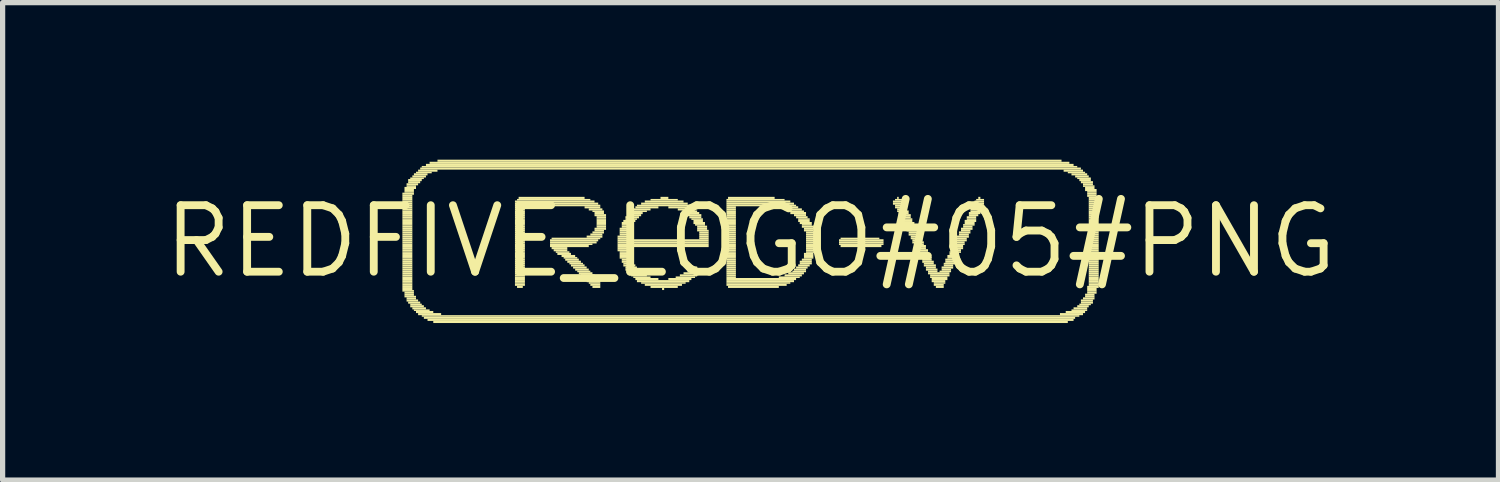
<source format=kicad_pcb>
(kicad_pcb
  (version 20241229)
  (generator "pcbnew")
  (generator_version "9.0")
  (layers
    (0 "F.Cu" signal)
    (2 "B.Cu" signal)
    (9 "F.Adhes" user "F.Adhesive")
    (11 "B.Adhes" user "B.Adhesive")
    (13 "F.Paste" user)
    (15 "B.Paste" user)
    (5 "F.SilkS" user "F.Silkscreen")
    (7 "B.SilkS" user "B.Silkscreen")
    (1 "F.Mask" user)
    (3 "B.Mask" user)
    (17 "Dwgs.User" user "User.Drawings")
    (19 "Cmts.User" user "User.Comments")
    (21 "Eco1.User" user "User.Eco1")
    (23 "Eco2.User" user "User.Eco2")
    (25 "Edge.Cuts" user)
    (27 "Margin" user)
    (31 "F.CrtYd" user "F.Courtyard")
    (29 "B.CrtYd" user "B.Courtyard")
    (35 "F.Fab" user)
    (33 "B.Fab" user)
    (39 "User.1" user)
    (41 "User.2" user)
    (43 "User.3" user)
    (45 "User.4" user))
  (footprint "REDFIVE_LOGO#05#PNG"
    (layer "F.Cu")
    (at 11.286 1.56)
    (property "Reference" "REDFIVE_LOGO#05#PNG" (at 0 0 0) (layer "F.SilkS") (effects (font (size 1.27 1.27) (thickness 0.15))))
    (attr through_hole)
    (fp_poly (pts (xy -6.65 -0.89) (xy -6.43 -0.89) (xy -6.43 -0.93) (xy -6.65 -0.93)) (stroke (width 0) (type solid)) (fill yes) (layer "F.SilkS"))
    (fp_poly (pts (xy -6.65 -0.85) (xy -6.46 -0.85) (xy -6.46 -0.89) (xy -6.65 -0.89)) (stroke (width 0) (type solid)) (fill yes) (layer "F.SilkS"))
    (fp_poly (pts (xy -6.65 -0.81) (xy -6.46 -0.81) (xy -6.46 -0.85) (xy -6.65 -0.85)) (stroke (width 0) (type solid)) (fill yes) (layer "F.SilkS"))
    (fp_poly (pts (xy -6.65 -0.78) (xy -6.46 -0.78) (xy -6.46 -0.81) (xy -6.65 -0.81)) (stroke (width 0) (type solid)) (fill yes) (layer "F.SilkS"))
    (fp_poly (pts (xy -6.65 -0.74) (xy -6.46 -0.74) (xy -6.46 -0.78) (xy -6.65 -0.78)) (stroke (width 0) (type solid)) (fill yes) (layer "F.SilkS"))
    (fp_poly (pts (xy -6.65 -0.7) (xy -6.46 -0.7) (xy -6.46 -0.74) (xy -6.65 -0.74)) (stroke (width 0) (type solid)) (fill yes) (layer "F.SilkS"))
    (fp_poly (pts (xy -6.65 -0.67) (xy -6.46 -0.67) (xy -6.46 -0.7) (xy -6.65 -0.7)) (stroke (width 0) (type solid)) (fill yes) (layer "F.SilkS"))
    (fp_poly (pts (xy -6.65 -0.63) (xy -6.46 -0.63) (xy -6.46 -0.67) (xy -6.65 -0.67)) (stroke (width 0) (type solid)) (fill yes) (layer "F.SilkS"))
    (fp_poly (pts (xy -6.65 -0.59) (xy -6.46 -0.59) (xy -6.46 -0.63) (xy -6.65 -0.63)) (stroke (width 0) (type solid)) (fill yes) (layer "F.SilkS"))
    (fp_poly (pts (xy -6.65 -0.56) (xy -6.46 -0.56) (xy -6.46 -0.59) (xy -6.65 -0.59)) (stroke (width 0) (type solid)) (fill yes) (layer "F.SilkS"))
    (fp_poly (pts (xy -6.65 -0.52) (xy -6.46 -0.52) (xy -6.46 -0.56) (xy -6.65 -0.56)) (stroke (width 0) (type solid)) (fill yes) (layer "F.SilkS"))
    (fp_poly (pts (xy -6.65 -0.48) (xy -6.46 -0.48) (xy -6.46 -0.52) (xy -6.65 -0.52)) (stroke (width 0) (type solid)) (fill yes) (layer "F.SilkS"))
    (fp_poly (pts (xy -6.65 -0.44) (xy -6.46 -0.44) (xy -6.46 -0.48) (xy -6.65 -0.48)) (stroke (width 0) (type solid)) (fill yes) (layer "F.SilkS"))
    (fp_poly (pts (xy -6.65 -0.41) (xy -6.46 -0.41) (xy -6.46 -0.44) (xy -6.65 -0.44)) (stroke (width 0) (type solid)) (fill yes) (layer "F.SilkS"))
    (fp_poly (pts (xy -6.65 -0.37) (xy -6.46 -0.37) (xy -6.46 -0.41) (xy -6.65 -0.41)) (stroke (width 0) (type solid)) (fill yes) (layer "F.SilkS"))
    (fp_poly (pts (xy -6.65 -0.33) (xy -6.46 -0.33) (xy -6.46 -0.37) (xy -6.65 -0.37)) (stroke (width 0) (type solid)) (fill yes) (layer "F.SilkS"))
    (fp_poly (pts (xy -6.65 -0.3) (xy -6.46 -0.3) (xy -6.46 -0.33) (xy -6.65 -0.33)) (stroke (width 0) (type solid)) (fill yes) (layer "F.SilkS"))
    (fp_poly (pts (xy -6.65 -0.26) (xy -6.46 -0.26) (xy -6.46 -0.3) (xy -6.65 -0.3)) (stroke (width 0) (type solid)) (fill yes) (layer "F.SilkS"))
    (fp_poly (pts (xy -6.65 -0.22) (xy -6.46 -0.22) (xy -6.46 -0.26) (xy -6.65 -0.26)) (stroke (width 0) (type solid)) (fill yes) (layer "F.SilkS"))
    (fp_poly (pts (xy -6.65 -0.19) (xy -6.46 -0.19) (xy -6.46 -0.22) (xy -6.65 -0.22)) (stroke (width 0) (type solid)) (fill yes) (layer "F.SilkS"))
    (fp_poly (pts (xy -6.65 -0.15) (xy -6.46 -0.15) (xy -6.46 -0.19) (xy -6.65 -0.19)) (stroke (width 0) (type solid)) (fill yes) (layer "F.SilkS"))
    (fp_poly (pts (xy -6.65 -0.11) (xy -6.46 -0.11) (xy -6.46 -0.15) (xy -6.65 -0.15)) (stroke (width 0) (type solid)) (fill yes) (layer "F.SilkS"))
    (fp_poly (pts (xy -6.65 -0.07) (xy -6.46 -0.07) (xy -6.46 -0.11) (xy -6.65 -0.11)) (stroke (width 0) (type solid)) (fill yes) (layer "F.SilkS"))
    (fp_poly (pts (xy -6.65 -0.04) (xy -6.46 -0.04) (xy -6.46 -0.07) (xy -6.65 -0.07)) (stroke (width 0) (type solid)) (fill yes) (layer "F.SilkS"))
    (fp_poly (pts (xy -6.65 0) (xy -6.46 0) (xy -6.46 -0.04) (xy -6.65 -0.04)) (stroke (width 0) (type solid)) (fill yes) (layer "F.SilkS"))
    (fp_poly (pts (xy -6.65 0.04) (xy -6.46 0.04) (xy -6.46 0) (xy -6.65 0)) (stroke (width 0) (type solid)) (fill yes) (layer "F.SilkS"))
    (fp_poly (pts (xy -6.65 0.07) (xy -6.46 0.07) (xy -6.46 0.04) (xy -6.65 0.04)) (stroke (width 0) (type solid)) (fill yes) (layer "F.SilkS"))
    (fp_poly (pts (xy -6.65 0.11) (xy -6.46 0.11) (xy -6.46 0.07) (xy -6.65 0.07)) (stroke (width 0) (type solid)) (fill yes) (layer "F.SilkS"))
    (fp_poly (pts (xy -6.65 0.15) (xy -6.46 0.15) (xy -6.46 0.11) (xy -6.65 0.11)) (stroke (width 0) (type solid)) (fill yes) (layer "F.SilkS"))
    (fp_poly (pts (xy -6.65 0.19) (xy -6.46 0.19) (xy -6.46 0.15) (xy -6.65 0.15)) (stroke (width 0) (type solid)) (fill yes) (layer "F.SilkS"))
    (fp_poly (pts (xy -6.65 0.22) (xy -6.46 0.22) (xy -6.46 0.19) (xy -6.65 0.19)) (stroke (width 0) (type solid)) (fill yes) (layer "F.SilkS"))
    (fp_poly (pts (xy -6.65 0.26) (xy -6.46 0.26) (xy -6.46 0.22) (xy -6.65 0.22)) (stroke (width 0) (type solid)) (fill yes) (layer "F.SilkS"))
    (fp_poly (pts (xy -6.65 0.3) (xy -6.46 0.3) (xy -6.46 0.26) (xy -6.65 0.26)) (stroke (width 0) (type solid)) (fill yes) (layer "F.SilkS"))
    (fp_poly (pts (xy -6.65 0.33) (xy -6.46 0.33) (xy -6.46 0.3) (xy -6.65 0.3)) (stroke (width 0) (type solid)) (fill yes) (layer "F.SilkS"))
    (fp_poly (pts (xy -6.65 0.37) (xy -6.46 0.37) (xy -6.46 0.33) (xy -6.65 0.33)) (stroke (width 0) (type solid)) (fill yes) (layer "F.SilkS"))
    (fp_poly (pts (xy -6.65 0.41) (xy -6.46 0.41) (xy -6.46 0.37) (xy -6.65 0.37)) (stroke (width 0) (type solid)) (fill yes) (layer "F.SilkS"))
    (fp_poly (pts (xy -6.65 0.44) (xy -6.46 0.44) (xy -6.46 0.41) (xy -6.65 0.41)) (stroke (width 0) (type solid)) (fill yes) (layer "F.SilkS"))
    (fp_poly (pts (xy -6.65 0.48) (xy -6.46 0.48) (xy -6.46 0.44) (xy -6.65 0.44)) (stroke (width 0) (type solid)) (fill yes) (layer "F.SilkS"))
    (fp_poly (pts (xy -6.65 0.52) (xy -6.46 0.52) (xy -6.46 0.48) (xy -6.65 0.48)) (stroke (width 0) (type solid)) (fill yes) (layer "F.SilkS"))
    (fp_poly (pts (xy -6.65 0.56) (xy -6.46 0.56) (xy -6.46 0.52) (xy -6.65 0.52)) (stroke (width 0) (type solid)) (fill yes) (layer "F.SilkS"))
    (fp_poly (pts (xy -6.65 0.59) (xy -6.46 0.59) (xy -6.46 0.56) (xy -6.65 0.56)) (stroke (width 0) (type solid)) (fill yes) (layer "F.SilkS"))
    (fp_poly (pts (xy -6.65 0.63) (xy -6.46 0.63) (xy -6.46 0.59) (xy -6.65 0.59)) (stroke (width 0) (type solid)) (fill yes) (layer "F.SilkS"))
    (fp_poly (pts (xy -6.65 0.67) (xy -6.46 0.67) (xy -6.46 0.63) (xy -6.65 0.63)) (stroke (width 0) (type solid)) (fill yes) (layer "F.SilkS"))
    (fp_poly (pts (xy -6.65 0.7) (xy -6.46 0.7) (xy -6.46 0.67) (xy -6.65 0.67)) (stroke (width 0) (type solid)) (fill yes) (layer "F.SilkS"))
    (fp_poly (pts (xy -6.65 0.74) (xy -6.46 0.74) (xy -6.46 0.7) (xy -6.65 0.7)) (stroke (width 0) (type solid)) (fill yes) (layer "F.SilkS"))
    (fp_poly (pts (xy -6.65 0.78) (xy -6.46 0.78) (xy -6.46 0.74) (xy -6.65 0.74)) (stroke (width 0) (type solid)) (fill yes) (layer "F.SilkS"))
    (fp_poly (pts (xy -6.65 0.81) (xy -6.46 0.81) (xy -6.46 0.78) (xy -6.65 0.78)) (stroke (width 0) (type solid)) (fill yes) (layer "F.SilkS"))
    (fp_poly (pts (xy -6.65 0.85) (xy -6.46 0.85) (xy -6.46 0.81) (xy -6.65 0.81)) (stroke (width 0) (type solid)) (fill yes) (layer "F.SilkS"))
    (fp_poly (pts (xy -6.65 0.89) (xy -6.46 0.89) (xy -6.46 0.85) (xy -6.65 0.85)) (stroke (width 0) (type solid)) (fill yes) (layer "F.SilkS"))
    (fp_poly (pts (xy -6.65 0.93) (xy -6.46 0.93) (xy -6.46 0.89) (xy -6.65 0.89)) (stroke (width 0) (type solid)) (fill yes) (layer "F.SilkS"))
    (fp_poly (pts (xy -6.65 0.96) (xy -6.43 0.96) (xy -6.43 0.93) (xy -6.65 0.93)) (stroke (width 0) (type solid)) (fill yes) (layer "F.SilkS"))
    (fp_poly (pts (xy -6.61 -1) (xy -6.39 -1) (xy -6.39 -1.04) (xy -6.61 -1.04)) (stroke (width 0) (type solid)) (fill yes) (layer "F.SilkS"))
    (fp_poly (pts (xy -6.61 -0.96) (xy -6.43 -0.96) (xy -6.43 -1) (xy -6.61 -1)) (stroke (width 0) (type solid)) (fill yes) (layer "F.SilkS"))
    (fp_poly (pts (xy -6.61 -0.93) (xy -6.43 -0.93) (xy -6.43 -0.96) (xy -6.61 -0.96)) (stroke (width 0) (type solid)) (fill yes) (layer "F.SilkS"))
    (fp_poly (pts (xy -6.61 1) (xy -6.43 1) (xy -6.43 0.96) (xy -6.61 0.96)) (stroke (width 0) (type solid)) (fill yes) (layer "F.SilkS"))
    (fp_poly (pts (xy -6.61 1.04) (xy -6.43 1.04) (xy -6.43 1) (xy -6.61 1)) (stroke (width 0) (type solid)) (fill yes) (layer "F.SilkS"))
    (fp_poly (pts (xy -6.61 1.07) (xy -6.39 1.07) (xy -6.39 1.04) (xy -6.61 1.04)) (stroke (width 0) (type solid)) (fill yes) (layer "F.SilkS"))
    (fp_poly (pts (xy -6.57 -1.07) (xy -6.35 -1.07) (xy -6.35 -1.11) (xy -6.57 -1.11)) (stroke (width 0) (type solid)) (fill yes) (layer "F.SilkS"))
    (fp_poly (pts (xy -6.57 -1.04) (xy -6.39 -1.04) (xy -6.39 -1.07) (xy -6.57 -1.07)) (stroke (width 0) (type solid)) (fill yes) (layer "F.SilkS"))
    (fp_poly (pts (xy -6.57 1.11) (xy -6.39 1.11) (xy -6.39 1.07) (xy -6.57 1.07)) (stroke (width 0) (type solid)) (fill yes) (layer "F.SilkS"))
    (fp_poly (pts (xy -6.57 1.15) (xy -6.35 1.15) (xy -6.35 1.11) (xy -6.57 1.11)) (stroke (width 0) (type solid)) (fill yes) (layer "F.SilkS"))
    (fp_poly (pts (xy -6.54 -1.15) (xy -6.28 -1.15) (xy -6.28 -1.19) (xy -6.54 -1.19)) (stroke (width 0) (type solid)) (fill yes) (layer "F.SilkS"))
    (fp_poly (pts (xy -6.54 -1.11) (xy -6.31 -1.11) (xy -6.31 -1.15) (xy -6.54 -1.15)) (stroke (width 0) (type solid)) (fill yes) (layer "F.SilkS"))
    (fp_poly (pts (xy -6.54 1.19) (xy -6.31 1.19) (xy -6.31 1.15) (xy -6.54 1.15)) (stroke (width 0) (type solid)) (fill yes) (layer "F.SilkS"))
    (fp_poly (pts (xy -6.5 -1.19) (xy -6.24 -1.19) (xy -6.24 -1.22) (xy -6.5 -1.22)) (stroke (width 0) (type solid)) (fill yes) (layer "F.SilkS"))
    (fp_poly (pts (xy -6.5 1.22) (xy -6.28 1.22) (xy -6.28 1.19) (xy -6.5 1.19)) (stroke (width 0) (type solid)) (fill yes) (layer "F.SilkS"))
    (fp_poly (pts (xy -6.5 1.26) (xy -6.24 1.26) (xy -6.24 1.22) (xy -6.5 1.22)) (stroke (width 0) (type solid)) (fill yes) (layer "F.SilkS"))
    (fp_poly (pts (xy -6.46 -1.22) (xy -6.2 -1.22) (xy -6.2 -1.26) (xy -6.46 -1.26)) (stroke (width 0) (type solid)) (fill yes) (layer "F.SilkS"))
    (fp_poly (pts (xy -6.46 1.3) (xy -6.2 1.3) (xy -6.2 1.26) (xy -6.46 1.26)) (stroke (width 0) (type solid)) (fill yes) (layer "F.SilkS"))
    (fp_poly (pts (xy -6.43 -1.26) (xy -6.17 -1.26) (xy -6.17 -1.3) (xy -6.43 -1.3)) (stroke (width 0) (type solid)) (fill yes) (layer "F.SilkS"))
    (fp_poly (pts (xy -6.43 1.33) (xy -6.13 1.33) (xy -6.13 1.3) (xy -6.43 1.3)) (stroke (width 0) (type solid)) (fill yes) (layer "F.SilkS"))
    (fp_poly (pts (xy -6.39 -1.3) (xy -6.09 -1.3) (xy -6.09 -1.33) (xy -6.39 -1.33)) (stroke (width 0) (type solid)) (fill yes) (layer "F.SilkS"))
    (fp_poly (pts (xy -6.39 1.37) (xy -6.06 1.37) (xy -6.06 1.33) (xy -6.39 1.33)) (stroke (width 0) (type solid)) (fill yes) (layer "F.SilkS"))
    (fp_poly (pts (xy -6.35 -1.33) (xy -5.98 -1.33) (xy -5.98 -1.37) (xy -6.35 -1.37)) (stroke (width 0) (type solid)) (fill yes) (layer "F.SilkS"))
    (fp_poly (pts (xy -6.35 1.41) (xy -5.91 1.41) (xy -5.91 1.37) (xy -6.35 1.37)) (stroke (width 0) (type solid)) (fill yes) (layer "F.SilkS"))
    (fp_poly (pts (xy -6.31 -1.37) (xy 6.31 -1.37) (xy 6.31 -1.41) (xy -6.31 -1.41)) (stroke (width 0) (type solid)) (fill yes) (layer "F.SilkS"))
    (fp_poly (pts (xy -6.28 -1.41) (xy 6.24 -1.41) (xy 6.24 -1.44) (xy -6.28 -1.44)) (stroke (width 0) (type solid)) (fill yes) (layer "F.SilkS"))
    (fp_poly (pts (xy -6.28 1.44) (xy 6.28 1.44) (xy 6.28 1.41) (xy -6.28 1.41)) (stroke (width 0) (type solid)) (fill yes) (layer "F.SilkS"))
    (fp_poly (pts (xy -6.24 1.48) (xy 6.2 1.48) (xy 6.2 1.44) (xy -6.24 1.44)) (stroke (width 0) (type solid)) (fill yes) (layer "F.SilkS"))
    (fp_poly (pts (xy -6.2 -1.44) (xy 6.17 -1.44) (xy 6.17 -1.48) (xy -6.2 -1.48)) (stroke (width 0) (type solid)) (fill yes) (layer "F.SilkS"))
    (fp_poly (pts (xy -6.17 1.52) (xy 6.17 1.52) (xy 6.17 1.48) (xy -6.17 1.48)) (stroke (width 0) (type solid)) (fill yes) (layer "F.SilkS"))
    (fp_poly (pts (xy -6.13 -1.48) (xy 6.09 -1.48) (xy 6.09 -1.52) (xy -6.13 -1.52)) (stroke (width 0) (type solid)) (fill yes) (layer "F.SilkS"))
    (fp_poly (pts (xy -6.06 1.56) (xy 6.06 1.56) (xy 6.06 1.52) (xy -6.06 1.52)) (stroke (width 0) (type solid)) (fill yes) (layer "F.SilkS"))
    (fp_poly (pts (xy -5.98 -1.52) (xy 5.94 -1.52) (xy 5.94 -1.56) (xy -5.98 -1.56)) (stroke (width 0) (type solid)) (fill yes) (layer "F.SilkS"))
    (fp_poly (pts (xy -4.5 -0.74) (xy -2.98 -0.74) (xy -2.98 -0.78) (xy -4.5 -0.78)) (stroke (width 0) (type solid)) (fill yes) (layer "F.SilkS"))
    (fp_poly (pts (xy -4.5 -0.7) (xy -2.91 -0.7) (xy -2.91 -0.74) (xy -4.5 -0.74)) (stroke (width 0) (type solid)) (fill yes) (layer "F.SilkS"))
    (fp_poly (pts (xy -4.5 -0.67) (xy -2.87 -0.67) (xy -2.87 -0.7) (xy -4.5 -0.7)) (stroke (width 0) (type solid)) (fill yes) (layer "F.SilkS"))
    (fp_poly (pts (xy -4.5 -0.63) (xy -4.28 -0.63) (xy -4.28 -0.67) (xy -4.5 -0.67)) (stroke (width 0) (type solid)) (fill yes) (layer "F.SilkS"))
    (fp_poly (pts (xy -4.5 -0.59) (xy -4.31 -0.59) (xy -4.31 -0.63) (xy -4.5 -0.63)) (stroke (width 0) (type solid)) (fill yes) (layer "F.SilkS"))
    (fp_poly (pts (xy -4.5 -0.56) (xy -4.31 -0.56) (xy -4.31 -0.59) (xy -4.5 -0.59)) (stroke (width 0) (type solid)) (fill yes) (layer "F.SilkS"))
    (fp_poly (pts (xy -4.5 -0.52) (xy -4.31 -0.52) (xy -4.31 -0.56) (xy -4.5 -0.56)) (stroke (width 0) (type solid)) (fill yes) (layer "F.SilkS"))
    (fp_poly (pts (xy -4.5 -0.48) (xy -4.31 -0.48) (xy -4.31 -0.52) (xy -4.5 -0.52)) (stroke (width 0) (type solid)) (fill yes) (layer "F.SilkS"))
    (fp_poly (pts (xy -4.5 -0.44) (xy -4.31 -0.44) (xy -4.31 -0.48) (xy -4.5 -0.48)) (stroke (width 0) (type solid)) (fill yes) (layer "F.SilkS"))
    (fp_poly (pts (xy -4.5 -0.41) (xy -4.31 -0.41) (xy -4.31 -0.44) (xy -4.5 -0.44)) (stroke (width 0) (type solid)) (fill yes) (layer "F.SilkS"))
    (fp_poly (pts (xy -4.5 -0.37) (xy -4.31 -0.37) (xy -4.31 -0.41) (xy -4.5 -0.41)) (stroke (width 0) (type solid)) (fill yes) (layer "F.SilkS"))
    (fp_poly (pts (xy -4.5 -0.33) (xy -4.31 -0.33) (xy -4.31 -0.37) (xy -4.5 -0.37)) (stroke (width 0) (type solid)) (fill yes) (layer "F.SilkS"))
    (fp_poly (pts (xy -4.5 -0.3) (xy -4.31 -0.3) (xy -4.31 -0.33) (xy -4.5 -0.33)) (stroke (width 0) (type solid)) (fill yes) (layer "F.SilkS"))
    (fp_poly (pts (xy -4.5 -0.26) (xy -4.31 -0.26) (xy -4.31 -0.3) (xy -4.5 -0.3)) (stroke (width 0) (type solid)) (fill yes) (layer "F.SilkS"))
    (fp_poly (pts (xy -4.5 -0.22) (xy -4.31 -0.22) (xy -4.31 -0.26) (xy -4.5 -0.26)) (stroke (width 0) (type solid)) (fill yes) (layer "F.SilkS"))
    (fp_poly (pts (xy -4.5 -0.19) (xy -4.31 -0.19) (xy -4.31 -0.22) (xy -4.5 -0.22)) (stroke (width 0) (type solid)) (fill yes) (layer "F.SilkS"))
    (fp_poly (pts (xy -4.5 -0.15) (xy -4.31 -0.15) (xy -4.31 -0.19) (xy -4.5 -0.19)) (stroke (width 0) (type solid)) (fill yes) (layer "F.SilkS"))
    (fp_poly (pts (xy -4.5 -0.11) (xy -4.31 -0.11) (xy -4.31 -0.15) (xy -4.5 -0.15)) (stroke (width 0) (type solid)) (fill yes) (layer "F.SilkS"))
    (fp_poly (pts (xy -4.5 -0.07) (xy -4.31 -0.07) (xy -4.31 -0.11) (xy -4.5 -0.11)) (stroke (width 0) (type solid)) (fill yes) (layer "F.SilkS"))
    (fp_poly (pts (xy -4.5 -0.04) (xy -4.31 -0.04) (xy -4.31 -0.07) (xy -4.5 -0.07)) (stroke (width 0) (type solid)) (fill yes) (layer "F.SilkS"))
    (fp_poly (pts (xy -4.5 0) (xy -4.31 0) (xy -4.31 -0.04) (xy -4.5 -0.04)) (stroke (width 0) (type solid)) (fill yes) (layer "F.SilkS"))
    (fp_poly (pts (xy -4.5 0.04) (xy -4.31 0.04) (xy -4.31 0) (xy -4.5 0)) (stroke (width 0) (type solid)) (fill yes) (layer "F.SilkS"))
    (fp_poly (pts (xy -4.5 0.07) (xy -4.31 0.07) (xy -4.31 0.04) (xy -4.5 0.04)) (stroke (width 0) (type solid)) (fill yes) (layer "F.SilkS"))
    (fp_poly (pts (xy -4.5 0.11) (xy -4.31 0.11) (xy -4.31 0.07) (xy -4.5 0.07)) (stroke (width 0) (type solid)) (fill yes) (layer "F.SilkS"))
    (fp_poly (pts (xy -4.5 0.15) (xy -4.31 0.15) (xy -4.31 0.11) (xy -4.5 0.11)) (stroke (width 0) (type solid)) (fill yes) (layer "F.SilkS"))
    (fp_poly (pts (xy -4.5 0.19) (xy -4.31 0.19) (xy -4.31 0.15) (xy -4.5 0.15)) (stroke (width 0) (type solid)) (fill yes) (layer "F.SilkS"))
    (fp_poly (pts (xy -4.5 0.22) (xy -4.31 0.22) (xy -4.31 0.19) (xy -4.5 0.19)) (stroke (width 0) (type solid)) (fill yes) (layer "F.SilkS"))
    (fp_poly (pts (xy -4.5 0.26) (xy -4.31 0.26) (xy -4.31 0.22) (xy -4.5 0.22)) (stroke (width 0) (type solid)) (fill yes) (layer "F.SilkS"))
    (fp_poly (pts (xy -4.5 0.3) (xy -4.31 0.3) (xy -4.31 0.26) (xy -4.5 0.26)) (stroke (width 0) (type solid)) (fill yes) (layer "F.SilkS"))
    (fp_poly (pts (xy -4.5 0.33) (xy -4.31 0.33) (xy -4.31 0.3) (xy -4.5 0.3)) (stroke (width 0) (type solid)) (fill yes) (layer "F.SilkS"))
    (fp_poly (pts (xy -4.5 0.37) (xy -4.31 0.37) (xy -4.31 0.33) (xy -4.5 0.33)) (stroke (width 0) (type solid)) (fill yes) (layer "F.SilkS"))
    (fp_poly (pts (xy -4.5 0.41) (xy -4.31 0.41) (xy -4.31 0.37) (xy -4.5 0.37)) (stroke (width 0) (type solid)) (fill yes) (layer "F.SilkS"))
    (fp_poly (pts (xy -4.5 0.44) (xy -4.31 0.44) (xy -4.31 0.41) (xy -4.5 0.41)) (stroke (width 0) (type solid)) (fill yes) (layer "F.SilkS"))
    (fp_poly (pts (xy -4.5 0.48) (xy -4.31 0.48) (xy -4.31 0.44) (xy -4.5 0.44)) (stroke (width 0) (type solid)) (fill yes) (layer "F.SilkS"))
    (fp_poly (pts (xy -4.5 0.52) (xy -4.31 0.52) (xy -4.31 0.48) (xy -4.5 0.48)) (stroke (width 0) (type solid)) (fill yes) (layer "F.SilkS"))
    (fp_poly (pts (xy -4.5 0.56) (xy -4.31 0.56) (xy -4.31 0.52) (xy -4.5 0.52)) (stroke (width 0) (type solid)) (fill yes) (layer "F.SilkS"))
    (fp_poly (pts (xy -4.5 0.59) (xy -4.31 0.59) (xy -4.31 0.56) (xy -4.5 0.56)) (stroke (width 0) (type solid)) (fill yes) (layer "F.SilkS"))
    (fp_poly (pts (xy -4.5 0.63) (xy -4.31 0.63) (xy -4.31 0.59) (xy -4.5 0.59)) (stroke (width 0) (type solid)) (fill yes) (layer "F.SilkS"))
    (fp_poly (pts (xy -4.5 0.67) (xy -4.31 0.67) (xy -4.31 0.63) (xy -4.5 0.63)) (stroke (width 0) (type solid)) (fill yes) (layer "F.SilkS"))
    (fp_poly (pts (xy -4.5 0.7) (xy -4.31 0.7) (xy -4.31 0.67) (xy -4.5 0.67)) (stroke (width 0) (type solid)) (fill yes) (layer "F.SilkS"))
    (fp_poly (pts (xy -4.5 0.74) (xy -4.31 0.74) (xy -4.31 0.7) (xy -4.5 0.7)) (stroke (width 0) (type solid)) (fill yes) (layer "F.SilkS"))
    (fp_poly (pts (xy -4.5 0.78) (xy -4.31 0.78) (xy -4.31 0.74) (xy -4.5 0.74)) (stroke (width 0) (type solid)) (fill yes) (layer "F.SilkS"))
    (fp_poly (pts (xy -4.5 0.81) (xy -4.31 0.81) (xy -4.31 0.78) (xy -4.5 0.78)) (stroke (width 0) (type solid)) (fill yes) (layer "F.SilkS"))
    (fp_poly (pts (xy -4.5 0.85) (xy -4.31 0.85) (xy -4.31 0.81) (xy -4.5 0.81)) (stroke (width 0) (type solid)) (fill yes) (layer "F.SilkS"))
    (fp_poly (pts (xy -4.46 -0.78) (xy -3.06 -0.78) (xy -3.06 -0.81) (xy -4.46 -0.81)) (stroke (width 0) (type solid)) (fill yes) (layer "F.SilkS"))
    (fp_poly (pts (xy -4.46 0.89) (xy -4.35 0.89) (xy -4.35 0.85) (xy -4.46 0.85)) (stroke (width 0) (type solid)) (fill yes) (layer "F.SilkS"))
    (fp_poly (pts (xy -4.43 -0.81) (xy -3.17 -0.81) (xy -3.17 -0.85) (xy -4.43 -0.85)) (stroke (width 0) (type solid)) (fill yes) (layer "F.SilkS"))
    (fp_poly (pts (xy -3.83 0) (xy -2.91 0) (xy -2.91 -0.04) (xy -3.83 -0.04)) (stroke (width 0) (type solid)) (fill yes) (layer "F.SilkS"))
    (fp_poly (pts (xy -3.83 0.04) (xy -2.94 0.04) (xy -2.94 0) (xy -3.83 0)) (stroke (width 0) (type solid)) (fill yes) (layer "F.SilkS"))
    (fp_poly (pts (xy -3.83 0.07) (xy -3.02 0.07) (xy -3.02 0.04) (xy -3.83 0.04)) (stroke (width 0) (type solid)) (fill yes) (layer "F.SilkS"))
    (fp_poly (pts (xy -3.83 0.11) (xy -3.09 0.11) (xy -3.09 0.07) (xy -3.83 0.07)) (stroke (width 0) (type solid)) (fill yes) (layer "F.SilkS"))
    (fp_poly (pts (xy -3.8 -0.04) (xy -2.87 -0.04) (xy -2.87 -0.07) (xy -3.8 -0.07)) (stroke (width 0) (type solid)) (fill yes) (layer "F.SilkS"))
    (fp_poly (pts (xy -3.8 0.15) (xy -3.5 0.15) (xy -3.5 0.11) (xy -3.8 0.11)) (stroke (width 0) (type solid)) (fill yes) (layer "F.SilkS"))
    (fp_poly (pts (xy -3.76 0.19) (xy -3.5 0.19) (xy -3.5 0.15) (xy -3.76 0.15)) (stroke (width 0) (type solid)) (fill yes) (layer "F.SilkS"))
    (fp_poly (pts (xy -3.72 0.22) (xy -3.46 0.22) (xy -3.46 0.19) (xy -3.72 0.19)) (stroke (width 0) (type solid)) (fill yes) (layer "F.SilkS"))
    (fp_poly (pts (xy -3.69 0.26) (xy -3.43 0.26) (xy -3.43 0.22) (xy -3.69 0.22)) (stroke (width 0) (type solid)) (fill yes) (layer "F.SilkS"))
    (fp_poly (pts (xy -3.61 0.3) (xy -3.35 0.3) (xy -3.35 0.26) (xy -3.61 0.26)) (stroke (width 0) (type solid)) (fill yes) (layer "F.SilkS"))
    (fp_poly (pts (xy -3.57 0.33) (xy -3.31 0.33) (xy -3.31 0.3) (xy -3.57 0.3)) (stroke (width 0) (type solid)) (fill yes) (layer "F.SilkS"))
    (fp_poly (pts (xy -3.54 0.37) (xy -3.28 0.37) (xy -3.28 0.33) (xy -3.54 0.33)) (stroke (width 0) (type solid)) (fill yes) (layer "F.SilkS"))
    (fp_poly (pts (xy -3.5 0.41) (xy -3.24 0.41) (xy -3.24 0.37) (xy -3.5 0.37)) (stroke (width 0) (type solid)) (fill yes) (layer "F.SilkS"))
    (fp_poly (pts (xy -3.46 0.44) (xy -3.2 0.44) (xy -3.2 0.41) (xy -3.46 0.41)) (stroke (width 0) (type solid)) (fill yes) (layer "F.SilkS"))
    (fp_poly (pts (xy -3.43 0.48) (xy -3.17 0.48) (xy -3.17 0.44) (xy -3.43 0.44)) (stroke (width 0) (type solid)) (fill yes) (layer "F.SilkS"))
    (fp_poly (pts (xy -3.39 0.52) (xy -3.13 0.52) (xy -3.13 0.48) (xy -3.39 0.48)) (stroke (width 0) (type solid)) (fill yes) (layer "F.SilkS"))
    (fp_poly (pts (xy -3.35 0.56) (xy -3.09 0.56) (xy -3.09 0.52) (xy -3.35 0.52)) (stroke (width 0) (type solid)) (fill yes) (layer "F.SilkS"))
    (fp_poly (pts (xy -3.31 0.59) (xy -3.06 0.59) (xy -3.06 0.56) (xy -3.31 0.56)) (stroke (width 0) (type solid)) (fill yes) (layer "F.SilkS"))
    (fp_poly (pts (xy -3.28 0.63) (xy -3.02 0.63) (xy -3.02 0.59) (xy -3.28 0.59)) (stroke (width 0) (type solid)) (fill yes) (layer "F.SilkS"))
    (fp_poly (pts (xy -3.24 0.67) (xy -2.98 0.67) (xy -2.98 0.63) (xy -3.24 0.63)) (stroke (width 0) (type solid)) (fill yes) (layer "F.SilkS"))
    (fp_poly (pts (xy -3.2 0.7) (xy -2.94 0.7) (xy -2.94 0.67) (xy -3.2 0.67)) (stroke (width 0) (type solid)) (fill yes) (layer "F.SilkS"))
    (fp_poly (pts (xy -3.17 -0.63) (xy -2.87 -0.63) (xy -2.87 -0.67) (xy -3.17 -0.67)) (stroke (width 0) (type solid)) (fill yes) (layer "F.SilkS"))
    (fp_poly (pts (xy -3.17 0.74) (xy -2.91 0.74) (xy -2.91 0.7) (xy -3.17 0.7)) (stroke (width 0) (type solid)) (fill yes) (layer "F.SilkS"))
    (fp_poly (pts (xy -3.13 -0.07) (xy -2.83 -0.07) (xy -2.83 -0.11) (xy -3.13 -0.11)) (stroke (width 0) (type solid)) (fill yes) (layer "F.SilkS"))
    (fp_poly (pts (xy -3.13 0.78) (xy -2.87 0.78) (xy -2.87 0.74) (xy -3.13 0.74)) (stroke (width 0) (type solid)) (fill yes) (layer "F.SilkS"))
    (fp_poly (pts (xy -3.09 -0.59) (xy -2.83 -0.59) (xy -2.83 -0.63) (xy -3.09 -0.63)) (stroke (width 0) (type solid)) (fill yes) (layer "F.SilkS"))
    (fp_poly (pts (xy -3.09 0.81) (xy -2.87 0.81) (xy -2.87 0.78) (xy -3.09 0.78)) (stroke (width 0) (type solid)) (fill yes) (layer "F.SilkS"))
    (fp_poly (pts (xy -3.06 -0.11) (xy -2.83 -0.11) (xy -2.83 -0.15) (xy -3.06 -0.15)) (stroke (width 0) (type solid)) (fill yes) (layer "F.SilkS"))
    (fp_poly (pts (xy -3.06 0.85) (xy -2.87 0.85) (xy -2.87 0.81) (xy -3.06 0.81)) (stroke (width 0) (type solid)) (fill yes) (layer "F.SilkS"))
    (fp_poly (pts (xy -3.02 -0.56) (xy -2.8 -0.56) (xy -2.8 -0.59) (xy -3.02 -0.59)) (stroke (width 0) (type solid)) (fill yes) (layer "F.SilkS"))
    (fp_poly (pts (xy -3.02 -0.15) (xy -2.8 -0.15) (xy -2.8 -0.19) (xy -3.02 -0.19)) (stroke (width 0) (type solid)) (fill yes) (layer "F.SilkS"))
    (fp_poly (pts (xy -3.02 0.89) (xy -2.87 0.89) (xy -2.87 0.85) (xy -3.02 0.85)) (stroke (width 0) (type solid)) (fill yes) (layer "F.SilkS"))
    (fp_poly (pts (xy -2.98 -0.52) (xy -2.8 -0.52) (xy -2.8 -0.56) (xy -2.98 -0.56)) (stroke (width 0) (type solid)) (fill yes) (layer "F.SilkS"))
    (fp_poly (pts (xy -2.98 -0.48) (xy -2.76 -0.48) (xy -2.76 -0.52) (xy -2.98 -0.52)) (stroke (width 0) (type solid)) (fill yes) (layer "F.SilkS"))
    (fp_poly (pts (xy -2.98 -0.22) (xy -2.76 -0.22) (xy -2.76 -0.26) (xy -2.98 -0.26)) (stroke (width 0) (type solid)) (fill yes) (layer "F.SilkS"))
    (fp_poly (pts (xy -2.98 -0.19) (xy -2.8 -0.19) (xy -2.8 -0.22) (xy -2.98 -0.22)) (stroke (width 0) (type solid)) (fill yes) (layer "F.SilkS"))
    (fp_poly (pts (xy -2.94 -0.44) (xy -2.76 -0.44) (xy -2.76 -0.48) (xy -2.94 -0.48)) (stroke (width 0) (type solid)) (fill yes) (layer "F.SilkS"))
    (fp_poly (pts (xy -2.94 -0.41) (xy -2.76 -0.41) (xy -2.76 -0.44) (xy -2.94 -0.44)) (stroke (width 0) (type solid)) (fill yes) (layer "F.SilkS"))
    (fp_poly (pts (xy -2.94 -0.37) (xy -2.76 -0.37) (xy -2.76 -0.41) (xy -2.94 -0.41)) (stroke (width 0) (type solid)) (fill yes) (layer "F.SilkS"))
    (fp_poly (pts (xy -2.94 -0.33) (xy -2.76 -0.33) (xy -2.76 -0.37) (xy -2.94 -0.37)) (stroke (width 0) (type solid)) (fill yes) (layer "F.SilkS"))
    (fp_poly (pts (xy -2.94 -0.3) (xy -2.76 -0.3) (xy -2.76 -0.33) (xy -2.94 -0.33)) (stroke (width 0) (type solid)) (fill yes) (layer "F.SilkS"))
    (fp_poly (pts (xy -2.94 -0.26) (xy -2.76 -0.26) (xy -2.76 -0.3) (xy -2.94 -0.3)) (stroke (width 0) (type solid)) (fill yes) (layer "F.SilkS"))
    (fp_poly (pts (xy -2.54 -0.07) (xy -2.35 -0.07) (xy -2.35 -0.11) (xy -2.54 -0.11)) (stroke (width 0) (type solid)) (fill yes) (layer "F.SilkS"))
    (fp_poly (pts (xy -2.54 -0.04) (xy -2.35 -0.04) (xy -2.35 -0.07) (xy -2.54 -0.07)) (stroke (width 0) (type solid)) (fill yes) (layer "F.SilkS"))
    (fp_poly (pts (xy -2.54 0) (xy -2.35 0) (xy -2.35 -0.04) (xy -2.54 -0.04)) (stroke (width 0) (type solid)) (fill yes) (layer "F.SilkS"))
    (fp_poly (pts (xy -2.54 0.04) (xy -2.35 0.04) (xy -2.35 0) (xy -2.54 0)) (stroke (width 0) (type solid)) (fill yes) (layer "F.SilkS"))
    (fp_poly (pts (xy -2.54 0.07) (xy -2.35 0.07) (xy -2.35 0.04) (xy -2.54 0.04)) (stroke (width 0) (type solid)) (fill yes) (layer "F.SilkS"))
    (fp_poly (pts (xy -2.54 0.11) (xy -2.35 0.11) (xy -2.35 0.07) (xy -2.54 0.07)) (stroke (width 0) (type solid)) (fill yes) (layer "F.SilkS"))
    (fp_poly (pts (xy -2.54 0.15) (xy -2.35 0.15) (xy -2.35 0.11) (xy -2.54 0.11)) (stroke (width 0) (type solid)) (fill yes) (layer "F.SilkS"))
    (fp_poly (pts (xy -2.54 0.19) (xy -2.35 0.19) (xy -2.35 0.15) (xy -2.54 0.15)) (stroke (width 0) (type solid)) (fill yes) (layer "F.SilkS"))
    (fp_poly (pts (xy -2.5 -0.22) (xy -2.28 -0.22) (xy -2.28 -0.26) (xy -2.5 -0.26)) (stroke (width 0) (type solid)) (fill yes) (layer "F.SilkS"))
    (fp_poly (pts (xy -2.5 -0.19) (xy -2.31 -0.19) (xy -2.31 -0.22) (xy -2.5 -0.22)) (stroke (width 0) (type solid)) (fill yes) (layer "F.SilkS"))
    (fp_poly (pts (xy -2.5 -0.15) (xy -2.31 -0.15) (xy -2.31 -0.19) (xy -2.5 -0.19)) (stroke (width 0) (type solid)) (fill yes) (layer "F.SilkS"))
    (fp_poly (pts (xy -2.5 -0.11) (xy -2.31 -0.11) (xy -2.31 -0.15) (xy -2.5 -0.15)) (stroke (width 0) (type solid)) (fill yes) (layer "F.SilkS"))
    (fp_poly (pts (xy -2.5 0.22) (xy -2.31 0.22) (xy -2.31 0.19) (xy -2.5 0.19)) (stroke (width 0) (type solid)) (fill yes) (layer "F.SilkS"))
    (fp_poly (pts (xy -2.5 0.26) (xy -2.31 0.26) (xy -2.31 0.22) (xy -2.5 0.22)) (stroke (width 0) (type solid)) (fill yes) (layer "F.SilkS"))
    (fp_poly (pts (xy -2.5 0.3) (xy -2.31 0.3) (xy -2.31 0.26) (xy -2.5 0.26)) (stroke (width 0) (type solid)) (fill yes) (layer "F.SilkS"))
    (fp_poly (pts (xy -2.5 0.33) (xy -2.28 0.33) (xy -2.28 0.3) (xy -2.5 0.3)) (stroke (width 0) (type solid)) (fill yes) (layer "F.SilkS"))
    (fp_poly (pts (xy -2.46 -0.33) (xy -2.24 -0.33) (xy -2.24 -0.37) (xy -2.46 -0.37)) (stroke (width 0) (type solid)) (fill yes) (layer "F.SilkS"))
    (fp_poly (pts (xy -2.46 -0.3) (xy -2.24 -0.3) (xy -2.24 -0.33) (xy -2.46 -0.33)) (stroke (width 0) (type solid)) (fill yes) (layer "F.SilkS"))
    (fp_poly (pts (xy -2.46 -0.26) (xy -2.28 -0.26) (xy -2.28 -0.3) (xy -2.46 -0.3)) (stroke (width 0) (type solid)) (fill yes) (layer "F.SilkS"))
    (fp_poly (pts (xy -2.46 0.37) (xy -2.28 0.37) (xy -2.28 0.33) (xy -2.46 0.33)) (stroke (width 0) (type solid)) (fill yes) (layer "F.SilkS"))
    (fp_poly (pts (xy -2.46 0.41) (xy -2.24 0.41) (xy -2.24 0.37) (xy -2.46 0.37)) (stroke (width 0) (type solid)) (fill yes) (layer "F.SilkS"))
    (fp_poly (pts (xy -2.43 -0.37) (xy -2.2 -0.37) (xy -2.2 -0.41) (xy -2.43 -0.41)) (stroke (width 0) (type solid)) (fill yes) (layer "F.SilkS"))
    (fp_poly (pts (xy -2.43 0.44) (xy -2.24 0.44) (xy -2.24 0.41) (xy -2.43 0.41)) (stroke (width 0) (type solid)) (fill yes) (layer "F.SilkS"))
    (fp_poly (pts (xy -2.43 0.48) (xy -2.2 0.48) (xy -2.2 0.44) (xy -2.43 0.44)) (stroke (width 0) (type solid)) (fill yes) (layer "F.SilkS"))
    (fp_poly (pts (xy -2.39 -0.44) (xy -2.13 -0.44) (xy -2.13 -0.48) (xy -2.39 -0.48)) (stroke (width 0) (type solid)) (fill yes) (layer "F.SilkS"))
    (fp_poly (pts (xy -2.39 -0.41) (xy -2.17 -0.41) (xy -2.17 -0.44) (xy -2.39 -0.44)) (stroke (width 0) (type solid)) (fill yes) (layer "F.SilkS"))
    (fp_poly (pts (xy -2.39 0.52) (xy -2.17 0.52) (xy -2.17 0.48) (xy -2.39 0.48)) (stroke (width 0) (type solid)) (fill yes) (layer "F.SilkS"))
    (fp_poly (pts (xy -2.39 0.56) (xy -2.13 0.56) (xy -2.13 0.52) (xy -2.39 0.52)) (stroke (width 0) (type solid)) (fill yes) (layer "F.SilkS"))
    (fp_poly (pts (xy -2.35 -0.48) (xy -2.09 -0.48) (xy -2.09 -0.52) (xy -2.35 -0.52)) (stroke (width 0) (type solid)) (fill yes) (layer "F.SilkS"))
    (fp_poly (pts (xy -2.35 0.59) (xy -2.09 0.59) (xy -2.09 0.56) (xy -2.35 0.56)) (stroke (width 0) (type solid)) (fill yes) (layer "F.SilkS"))
    (fp_poly (pts (xy -2.31 -0.52) (xy -2.06 -0.52) (xy -2.06 -0.56) (xy -2.31 -0.56)) (stroke (width 0) (type solid)) (fill yes) (layer "F.SilkS"))
    (fp_poly (pts (xy -2.31 0.63) (xy -2.06 0.63) (xy -2.06 0.59) (xy -2.31 0.59)) (stroke (width 0) (type solid)) (fill yes) (layer "F.SilkS"))
    (fp_poly (pts (xy -2.28 -0.56) (xy -1.98 -0.56) (xy -1.98 -0.59) (xy -2.28 -0.59)) (stroke (width 0) (type solid)) (fill yes) (layer "F.SilkS"))
    (fp_poly (pts (xy -2.28 0.67) (xy -1.98 0.67) (xy -1.98 0.63) (xy -2.28 0.63)) (stroke (width 0) (type solid)) (fill yes) (layer "F.SilkS"))
    (fp_poly (pts (xy -2.24 -0.59) (xy -1.91 -0.59) (xy -1.91 -0.63) (xy -2.24 -0.63)) (stroke (width 0) (type solid)) (fill yes) (layer "F.SilkS"))
    (fp_poly (pts (xy -2.24 0) (xy -0.8 0) (xy -0.8 -0.04) (xy -2.24 -0.04)) (stroke (width 0) (type solid)) (fill yes) (layer "F.SilkS"))
    (fp_poly (pts (xy -2.24 0.04) (xy -0.8 0.04) (xy -0.8 0) (xy -2.24 0)) (stroke (width 0) (type solid)) (fill yes) (layer "F.SilkS"))
    (fp_poly (pts (xy -2.24 0.07) (xy -0.8 0.07) (xy -0.8 0.04) (xy -2.24 0.04)) (stroke (width 0) (type solid)) (fill yes) (layer "F.SilkS"))
    (fp_poly (pts (xy -2.24 0.11) (xy -0.8 0.11) (xy -0.8 0.07) (xy -2.24 0.07)) (stroke (width 0) (type solid)) (fill yes) (layer "F.SilkS"))
    (fp_poly (pts (xy -2.24 0.7) (xy -1.91 0.7) (xy -1.91 0.67) (xy -2.24 0.67)) (stroke (width 0) (type solid)) (fill yes) (layer "F.SilkS"))
    (fp_poly (pts (xy -2.2 -0.63) (xy -1.76 -0.63) (xy -1.76 -0.67) (xy -2.2 -0.67)) (stroke (width 0) (type solid)) (fill yes) (layer "F.SilkS"))
    (fp_poly (pts (xy -2.2 0.74) (xy -1.76 0.74) (xy -1.76 0.7) (xy -2.2 0.7)) (stroke (width 0) (type solid)) (fill yes) (layer "F.SilkS"))
    (fp_poly (pts (xy -2.17 -0.67) (xy -1.17 -0.67) (xy -1.17 -0.7) (xy -2.17 -0.7)) (stroke (width 0) (type solid)) (fill yes) (layer "F.SilkS"))
    (fp_poly (pts (xy -2.17 0.78) (xy -1.17 0.78) (xy -1.17 0.74) (xy -2.17 0.74)) (stroke (width 0) (type solid)) (fill yes) (layer "F.SilkS"))
    (fp_poly (pts (xy -2.09 -0.7) (xy -1.2 -0.7) (xy -1.2 -0.74) (xy -2.09 -0.74)) (stroke (width 0) (type solid)) (fill yes) (layer "F.SilkS"))
    (fp_poly (pts (xy -2.09 0.81) (xy -1.24 0.81) (xy -1.24 0.78) (xy -2.09 0.78)) (stroke (width 0) (type solid)) (fill yes) (layer "F.SilkS"))
    (fp_poly (pts (xy -2.02 -0.74) (xy -1.28 -0.74) (xy -1.28 -0.78) (xy -2.02 -0.78)) (stroke (width 0) (type solid)) (fill yes) (layer "F.SilkS"))
    (fp_poly (pts (xy -2.02 0.85) (xy -1.31 0.85) (xy -1.31 0.81) (xy -2.02 0.81)) (stroke (width 0) (type solid)) (fill yes) (layer "F.SilkS"))
    (fp_poly (pts (xy -1.91 -0.78) (xy -1.39 -0.78) (xy -1.39 -0.81) (xy -1.91 -0.81)) (stroke (width 0) (type solid)) (fill yes) (layer "F.SilkS"))
    (fp_poly (pts (xy -1.91 0.89) (xy -1.39 0.89) (xy -1.39 0.85) (xy -1.91 0.85)) (stroke (width 0) (type solid)) (fill yes) (layer "F.SilkS"))
    (fp_poly (pts (xy -1.72 -0.81) (xy -1.57 -0.81) (xy -1.57 -0.85) (xy -1.72 -0.85)) (stroke (width 0) (type solid)) (fill yes) (layer "F.SilkS"))
    (fp_poly (pts (xy -1.69 0.93) (xy -1.65 0.93) (xy -1.65 0.89) (xy -1.69 0.89)) (stroke (width 0) (type solid)) (fill yes) (layer "F.SilkS"))
    (fp_poly (pts (xy -1.57 -0.63) (xy -1.13 -0.63) (xy -1.13 -0.67) (xy -1.57 -0.67)) (stroke (width 0) (type solid)) (fill yes) (layer "F.SilkS"))
    (fp_poly (pts (xy -1.57 0.74) (xy -1.13 0.74) (xy -1.13 0.7) (xy -1.57 0.7)) (stroke (width 0) (type solid)) (fill yes) (layer "F.SilkS"))
    (fp_poly (pts (xy -1.43 0.7) (xy -1.06 0.7) (xy -1.06 0.67) (xy -1.43 0.67)) (stroke (width 0) (type solid)) (fill yes) (layer "F.SilkS"))
    (fp_poly (pts (xy -1.39 -0.59) (xy -1.06 -0.59) (xy -1.06 -0.63) (xy -1.39 -0.63)) (stroke (width 0) (type solid)) (fill yes) (layer "F.SilkS"))
    (fp_poly (pts (xy -1.35 0.67) (xy -1.02 0.67) (xy -1.02 0.63) (xy -1.35 0.63)) (stroke (width 0) (type solid)) (fill yes) (layer "F.SilkS"))
    (fp_poly (pts (xy -1.31 -0.56) (xy -1.02 -0.56) (xy -1.02 -0.59) (xy -1.31 -0.59)) (stroke (width 0) (type solid)) (fill yes) (layer "F.SilkS"))
    (fp_poly (pts (xy -1.28 -0.52) (xy -0.98 -0.52) (xy -0.98 -0.56) (xy -1.28 -0.56)) (stroke (width 0) (type solid)) (fill yes) (layer "F.SilkS"))
    (fp_poly (pts (xy -1.28 0.63) (xy -0.98 0.63) (xy -0.98 0.59) (xy -1.28 0.59)) (stroke (width 0) (type solid)) (fill yes) (layer "F.SilkS"))
    (fp_poly (pts (xy -1.2 -0.48) (xy -0.94 -0.48) (xy -0.94 -0.52) (xy -1.2 -0.52)) (stroke (width 0) (type solid)) (fill yes) (layer "F.SilkS"))
    (fp_poly (pts (xy -1.2 0.59) (xy -0.98 0.59) (xy -0.98 0.56) (xy -1.2 0.56)) (stroke (width 0) (type solid)) (fill yes) (layer "F.SilkS"))
    (fp_poly (pts (xy -1.17 -0.44) (xy -0.94 -0.44) (xy -0.94 -0.48) (xy -1.17 -0.48)) (stroke (width 0) (type solid)) (fill yes) (layer "F.SilkS"))
    (fp_poly (pts (xy -1.17 0.56) (xy -0.98 0.56) (xy -0.98 0.52) (xy -1.17 0.52)) (stroke (width 0) (type solid)) (fill yes) (layer "F.SilkS"))
    (fp_poly (pts (xy -1.13 -0.41) (xy -0.91 -0.41) (xy -0.91 -0.44) (xy -1.13 -0.44)) (stroke (width 0) (type solid)) (fill yes) (layer "F.SilkS"))
    (fp_poly (pts (xy -1.13 0.52) (xy -1.02 0.52) (xy -1.02 0.48) (xy -1.13 0.48)) (stroke (width 0) (type solid)) (fill yes) (layer "F.SilkS"))
    (fp_poly (pts (xy -1.09 -0.37) (xy -0.91 -0.37) (xy -0.91 -0.41) (xy -1.09 -0.41)) (stroke (width 0) (type solid)) (fill yes) (layer "F.SilkS"))
    (fp_poly (pts (xy -1.09 -0.33) (xy -0.87 -0.33) (xy -0.87 -0.37) (xy -1.09 -0.37)) (stroke (width 0) (type solid)) (fill yes) (layer "F.SilkS"))
    (fp_poly (pts (xy -1.06 -0.3) (xy -0.87 -0.3) (xy -0.87 -0.33) (xy -1.06 -0.33)) (stroke (width 0) (type solid)) (fill yes) (layer "F.SilkS"))
    (fp_poly (pts (xy -1.02 -0.26) (xy -0.83 -0.26) (xy -0.83 -0.3) (xy -1.02 -0.3)) (stroke (width 0) (type solid)) (fill yes) (layer "F.SilkS"))
    (fp_poly (pts (xy -1.02 -0.22) (xy -0.83 -0.22) (xy -0.83 -0.26) (xy -1.02 -0.26)) (stroke (width 0) (type solid)) (fill yes) (layer "F.SilkS"))
    (fp_poly (pts (xy -1.02 -0.19) (xy -0.8 -0.19) (xy -0.8 -0.22) (xy -1.02 -0.22)) (stroke (width 0) (type solid)) (fill yes) (layer "F.SilkS"))
    (fp_poly (pts (xy -0.98 -0.15) (xy -0.8 -0.15) (xy -0.8 -0.19) (xy -0.98 -0.19)) (stroke (width 0) (type solid)) (fill yes) (layer "F.SilkS"))
    (fp_poly (pts (xy -0.98 -0.11) (xy -0.8 -0.11) (xy -0.8 -0.15) (xy -0.98 -0.15)) (stroke (width 0) (type solid)) (fill yes) (layer "F.SilkS"))
    (fp_poly (pts (xy -0.98 -0.07) (xy -0.8 -0.07) (xy -0.8 -0.11) (xy -0.98 -0.11)) (stroke (width 0) (type solid)) (fill yes) (layer "F.SilkS"))
    (fp_poly (pts (xy -0.98 -0.04) (xy -0.8 -0.04) (xy -0.8 -0.07) (xy -0.98 -0.07)) (stroke (width 0) (type solid)) (fill yes) (layer "F.SilkS"))
    (fp_poly (pts (xy -0.46 -0.78) (xy 0.65 -0.78) (xy 0.65 -0.81) (xy -0.46 -0.81)) (stroke (width 0) (type solid)) (fill yes) (layer "F.SilkS"))
    (fp_poly (pts (xy -0.46 -0.74) (xy 0.76 -0.74) (xy 0.76 -0.78) (xy -0.46 -0.78)) (stroke (width 0) (type solid)) (fill yes) (layer "F.SilkS"))
    (fp_poly (pts (xy -0.46 -0.7) (xy 0.83 -0.7) (xy 0.83 -0.74) (xy -0.46 -0.74)) (stroke (width 0) (type solid)) (fill yes) (layer "F.SilkS"))
    (fp_poly (pts (xy -0.46 -0.67) (xy 0.87 -0.67) (xy 0.87 -0.7) (xy -0.46 -0.7)) (stroke (width 0) (type solid)) (fill yes) (layer "F.SilkS"))
    (fp_poly (pts (xy -0.46 -0.63) (xy -0.28 -0.63) (xy -0.28 -0.67) (xy -0.46 -0.67)) (stroke (width 0) (type solid)) (fill yes) (layer "F.SilkS"))
    (fp_poly (pts (xy -0.46 -0.59) (xy -0.28 -0.59) (xy -0.28 -0.63) (xy -0.46 -0.63)) (stroke (width 0) (type solid)) (fill yes) (layer "F.SilkS"))
    (fp_poly (pts (xy -0.46 -0.56) (xy -0.28 -0.56) (xy -0.28 -0.59) (xy -0.46 -0.59)) (stroke (width 0) (type solid)) (fill yes) (layer "F.SilkS"))
    (fp_poly (pts (xy -0.46 -0.52) (xy -0.28 -0.52) (xy -0.28 -0.56) (xy -0.46 -0.56)) (stroke (width 0) (type solid)) (fill yes) (layer "F.SilkS"))
    (fp_poly (pts (xy -0.46 -0.48) (xy -0.28 -0.48) (xy -0.28 -0.52) (xy -0.46 -0.52)) (stroke (width 0) (type solid)) (fill yes) (layer "F.SilkS"))
    (fp_poly (pts (xy -0.46 -0.44) (xy -0.28 -0.44) (xy -0.28 -0.48) (xy -0.46 -0.48)) (stroke (width 0) (type solid)) (fill yes) (layer "F.SilkS"))
    (fp_poly (pts (xy -0.46 -0.41) (xy -0.28 -0.41) (xy -0.28 -0.44) (xy -0.46 -0.44)) (stroke (width 0) (type solid)) (fill yes) (layer "F.SilkS"))
    (fp_poly (pts (xy -0.46 -0.37) (xy -0.28 -0.37) (xy -0.28 -0.41) (xy -0.46 -0.41)) (stroke (width 0) (type solid)) (fill yes) (layer "F.SilkS"))
    (fp_poly (pts (xy -0.46 -0.33) (xy -0.28 -0.33) (xy -0.28 -0.37) (xy -0.46 -0.37)) (stroke (width 0) (type solid)) (fill yes) (layer "F.SilkS"))
    (fp_poly (pts (xy -0.46 -0.3) (xy -0.28 -0.3) (xy -0.28 -0.33) (xy -0.46 -0.33)) (stroke (width 0) (type solid)) (fill yes) (layer "F.SilkS"))
    (fp_poly (pts (xy -0.46 -0.26) (xy -0.28 -0.26) (xy -0.28 -0.3) (xy -0.46 -0.3)) (stroke (width 0) (type solid)) (fill yes) (layer "F.SilkS"))
    (fp_poly (pts (xy -0.46 -0.22) (xy -0.28 -0.22) (xy -0.28 -0.26) (xy -0.46 -0.26)) (stroke (width 0) (type solid)) (fill yes) (layer "F.SilkS"))
    (fp_poly (pts (xy -0.46 -0.19) (xy -0.28 -0.19) (xy -0.28 -0.22) (xy -0.46 -0.22)) (stroke (width 0) (type solid)) (fill yes) (layer "F.SilkS"))
    (fp_poly (pts (xy -0.46 -0.15) (xy -0.28 -0.15) (xy -0.28 -0.19) (xy -0.46 -0.19)) (stroke (width 0) (type solid)) (fill yes) (layer "F.SilkS"))
    (fp_poly (pts (xy -0.46 -0.11) (xy -0.28 -0.11) (xy -0.28 -0.15) (xy -0.46 -0.15)) (stroke (width 0) (type solid)) (fill yes) (layer "F.SilkS"))
    (fp_poly (pts (xy -0.46 -0.07) (xy -0.28 -0.07) (xy -0.28 -0.11) (xy -0.46 -0.11)) (stroke (width 0) (type solid)) (fill yes) (layer "F.SilkS"))
    (fp_poly (pts (xy -0.46 -0.04) (xy -0.28 -0.04) (xy -0.28 -0.07) (xy -0.46 -0.07)) (stroke (width 0) (type solid)) (fill yes) (layer "F.SilkS"))
    (fp_poly (pts (xy -0.46 0) (xy -0.28 0) (xy -0.28 -0.04) (xy -0.46 -0.04)) (stroke (width 0) (type solid)) (fill yes) (layer "F.SilkS"))
    (fp_poly (pts (xy -0.46 0.04) (xy -0.28 0.04) (xy -0.28 0) (xy -0.46 0)) (stroke (width 0) (type solid)) (fill yes) (layer "F.SilkS"))
    (fp_poly (pts (xy -0.46 0.07) (xy -0.28 0.07) (xy -0.28 0.04) (xy -0.46 0.04)) (stroke (width 0) (type solid)) (fill yes) (layer "F.SilkS"))
    (fp_poly (pts (xy -0.46 0.11) (xy -0.28 0.11) (xy -0.28 0.07) (xy -0.46 0.07)) (stroke (width 0) (type solid)) (fill yes) (layer "F.SilkS"))
    (fp_poly (pts (xy -0.46 0.15) (xy -0.28 0.15) (xy -0.28 0.11) (xy -0.46 0.11)) (stroke (width 0) (type solid)) (fill yes) (layer "F.SilkS"))
    (fp_poly (pts (xy -0.46 0.19) (xy -0.28 0.19) (xy -0.28 0.15) (xy -0.46 0.15)) (stroke (width 0) (type solid)) (fill yes) (layer "F.SilkS"))
    (fp_poly (pts (xy -0.46 0.22) (xy -0.28 0.22) (xy -0.28 0.19) (xy -0.46 0.19)) (stroke (width 0) (type solid)) (fill yes) (layer "F.SilkS"))
    (fp_poly (pts (xy -0.46 0.26) (xy -0.28 0.26) (xy -0.28 0.22) (xy -0.46 0.22)) (stroke (width 0) (type solid)) (fill yes) (layer "F.SilkS"))
    (fp_poly (pts (xy -0.46 0.3) (xy -0.28 0.3) (xy -0.28 0.26) (xy -0.46 0.26)) (stroke (width 0) (type solid)) (fill yes) (layer "F.SilkS"))
    (fp_poly (pts (xy -0.46 0.33) (xy -0.28 0.33) (xy -0.28 0.3) (xy -0.46 0.3)) (stroke (width 0) (type solid)) (fill yes) (layer "F.SilkS"))
    (fp_poly (pts (xy -0.46 0.37) (xy -0.28 0.37) (xy -0.28 0.33) (xy -0.46 0.33)) (stroke (width 0) (type solid)) (fill yes) (layer "F.SilkS"))
    (fp_poly (pts (xy -0.46 0.41) (xy -0.28 0.41) (xy -0.28 0.37) (xy -0.46 0.37)) (stroke (width 0) (type solid)) (fill yes) (layer "F.SilkS"))
    (fp_poly (pts (xy -0.46 0.44) (xy -0.28 0.44) (xy -0.28 0.41) (xy -0.46 0.41)) (stroke (width 0) (type solid)) (fill yes) (layer "F.SilkS"))
    (fp_poly (pts (xy -0.46 0.48) (xy -0.28 0.48) (xy -0.28 0.44) (xy -0.46 0.44)) (stroke (width 0) (type solid)) (fill yes) (layer "F.SilkS"))
    (fp_poly (pts (xy -0.46 0.52) (xy -0.28 0.52) (xy -0.28 0.48) (xy -0.46 0.48)) (stroke (width 0) (type solid)) (fill yes) (layer "F.SilkS"))
    (fp_poly (pts (xy -0.46 0.56) (xy -0.28 0.56) (xy -0.28 0.52) (xy -0.46 0.52)) (stroke (width 0) (type solid)) (fill yes) (layer "F.SilkS"))
    (fp_poly (pts (xy -0.46 0.59) (xy -0.28 0.59) (xy -0.28 0.56) (xy -0.46 0.56)) (stroke (width 0) (type solid)) (fill yes) (layer "F.SilkS"))
    (fp_poly (pts (xy -0.46 0.63) (xy -0.28 0.63) (xy -0.28 0.59) (xy -0.46 0.59)) (stroke (width 0) (type solid)) (fill yes) (layer "F.SilkS"))
    (fp_poly (pts (xy -0.46 0.67) (xy -0.28 0.67) (xy -0.28 0.63) (xy -0.46 0.63)) (stroke (width 0) (type solid)) (fill yes) (layer "F.SilkS"))
    (fp_poly (pts (xy -0.46 0.7) (xy -0.28 0.7) (xy -0.28 0.67) (xy -0.46 0.67)) (stroke (width 0) (type solid)) (fill yes) (layer "F.SilkS"))
    (fp_poly (pts (xy -0.46 0.74) (xy 0.87 0.74) (xy 0.87 0.7) (xy -0.46 0.7)) (stroke (width 0) (type solid)) (fill yes) (layer "F.SilkS"))
    (fp_poly (pts (xy -0.46 0.78) (xy 0.83 0.78) (xy 0.83 0.74) (xy -0.46 0.74)) (stroke (width 0) (type solid)) (fill yes) (layer "F.SilkS"))
    (fp_poly (pts (xy -0.46 0.81) (xy 0.76 0.81) (xy 0.76 0.78) (xy -0.46 0.78)) (stroke (width 0) (type solid)) (fill yes) (layer "F.SilkS"))
    (fp_poly (pts (xy -0.46 0.85) (xy 0.69 0.85) (xy 0.69 0.81) (xy -0.46 0.81)) (stroke (width 0) (type solid)) (fill yes) (layer "F.SilkS"))
    (fp_poly (pts (xy -0.43 -0.81) (xy 0.46 -0.81) (xy 0.46 -0.85) (xy -0.43 -0.85)) (stroke (width 0) (type solid)) (fill yes) (layer "F.SilkS"))
    (fp_poly (pts (xy -0.43 0.89) (xy 0.54 0.89) (xy 0.54 0.85) (xy -0.43 0.85)) (stroke (width 0) (type solid)) (fill yes) (layer "F.SilkS"))
    (fp_poly (pts (xy 0.46 -0.63) (xy 0.91 -0.63) (xy 0.91 -0.67) (xy 0.46 -0.67)) (stroke (width 0) (type solid)) (fill yes) (layer "F.SilkS"))
    (fp_poly (pts (xy 0.54 0.7) (xy 0.94 0.7) (xy 0.94 0.67) (xy 0.54 0.67)) (stroke (width 0) (type solid)) (fill yes) (layer "F.SilkS"))
    (fp_poly (pts (xy 0.65 -0.59) (xy 0.98 -0.59) (xy 0.98 -0.63) (xy 0.65 -0.63)) (stroke (width 0) (type solid)) (fill yes) (layer "F.SilkS"))
    (fp_poly (pts (xy 0.65 0.67) (xy 0.98 0.67) (xy 0.98 0.63) (xy 0.65 0.63)) (stroke (width 0) (type solid)) (fill yes) (layer "F.SilkS"))
    (fp_poly (pts (xy 0.72 -0.56) (xy 1.02 -0.56) (xy 1.02 -0.59) (xy 0.72 -0.59)) (stroke (width 0) (type solid)) (fill yes) (layer "F.SilkS"))
    (fp_poly (pts (xy 0.72 0.63) (xy 1.02 0.63) (xy 1.02 0.59) (xy 0.72 0.59)) (stroke (width 0) (type solid)) (fill yes) (layer "F.SilkS"))
    (fp_poly (pts (xy 0.76 -0.52) (xy 1.06 -0.52) (xy 1.06 -0.56) (xy 0.76 -0.56)) (stroke (width 0) (type solid)) (fill yes) (layer "F.SilkS"))
    (fp_poly (pts (xy 0.8 0.59) (xy 1.06 0.59) (xy 1.06 0.56) (xy 0.8 0.56)) (stroke (width 0) (type solid)) (fill yes) (layer "F.SilkS"))
    (fp_poly (pts (xy 0.83 -0.48) (xy 1.06 -0.48) (xy 1.06 -0.52) (xy 0.83 -0.52)) (stroke (width 0) (type solid)) (fill yes) (layer "F.SilkS"))
    (fp_poly (pts (xy 0.83 0.56) (xy 1.06 0.56) (xy 1.06 0.52) (xy 0.83 0.52)) (stroke (width 0) (type solid)) (fill yes) (layer "F.SilkS"))
    (fp_poly (pts (xy 0.87 -0.44) (xy 1.09 -0.44) (xy 1.09 -0.48) (xy 0.87 -0.48)) (stroke (width 0) (type solid)) (fill yes) (layer "F.SilkS"))
    (fp_poly (pts (xy 0.87 0.52) (xy 1.09 0.52) (xy 1.09 0.48) (xy 0.87 0.48)) (stroke (width 0) (type solid)) (fill yes) (layer "F.SilkS"))
    (fp_poly (pts (xy 0.91 -0.41) (xy 1.13 -0.41) (xy 1.13 -0.44) (xy 0.91 -0.44)) (stroke (width 0) (type solid)) (fill yes) (layer "F.SilkS"))
    (fp_poly (pts (xy 0.91 -0.37) (xy 1.13 -0.37) (xy 1.13 -0.41) (xy 0.91 -0.41)) (stroke (width 0) (type solid)) (fill yes) (layer "F.SilkS"))
    (fp_poly (pts (xy 0.91 0.48) (xy 1.13 0.48) (xy 1.13 0.44) (xy 0.91 0.44)) (stroke (width 0) (type solid)) (fill yes) (layer "F.SilkS"))
    (fp_poly (pts (xy 0.94 -0.33) (xy 1.17 -0.33) (xy 1.17 -0.37) (xy 0.94 -0.37)) (stroke (width 0) (type solid)) (fill yes) (layer "F.SilkS"))
    (fp_poly (pts (xy 0.94 0.41) (xy 1.17 0.41) (xy 1.17 0.37) (xy 0.94 0.37)) (stroke (width 0) (type solid)) (fill yes) (layer "F.SilkS"))
    (fp_poly (pts (xy 0.94 0.44) (xy 1.17 0.44) (xy 1.17 0.41) (xy 0.94 0.41)) (stroke (width 0) (type solid)) (fill yes) (layer "F.SilkS"))
    (fp_poly (pts (xy 0.98 -0.3) (xy 1.17 -0.3) (xy 1.17 -0.33) (xy 0.98 -0.33)) (stroke (width 0) (type solid)) (fill yes) (layer "F.SilkS"))
    (fp_poly (pts (xy 0.98 -0.26) (xy 1.2 -0.26) (xy 1.2 -0.3) (xy 0.98 -0.3)) (stroke (width 0) (type solid)) (fill yes) (layer "F.SilkS"))
    (fp_poly (pts (xy 0.98 0.37) (xy 1.17 0.37) (xy 1.17 0.33) (xy 0.98 0.33)) (stroke (width 0) (type solid)) (fill yes) (layer "F.SilkS"))
    (fp_poly (pts (xy 1.02 -0.22) (xy 1.2 -0.22) (xy 1.2 -0.26) (xy 1.02 -0.26)) (stroke (width 0) (type solid)) (fill yes) (layer "F.SilkS"))
    (fp_poly (pts (xy 1.02 -0.19) (xy 1.2 -0.19) (xy 1.2 -0.22) (xy 1.02 -0.22)) (stroke (width 0) (type solid)) (fill yes) (layer "F.SilkS"))
    (fp_poly (pts (xy 1.02 0.26) (xy 1.2 0.26) (xy 1.2 0.22) (xy 1.02 0.22)) (stroke (width 0) (type solid)) (fill yes) (layer "F.SilkS"))
    (fp_poly (pts (xy 1.02 0.3) (xy 1.2 0.3) (xy 1.2 0.26) (xy 1.02 0.26)) (stroke (width 0) (type solid)) (fill yes) (layer "F.SilkS"))
    (fp_poly (pts (xy 1.02 0.33) (xy 1.2 0.33) (xy 1.2 0.3) (xy 1.02 0.3)) (stroke (width 0) (type solid)) (fill yes) (layer "F.SilkS"))
    (fp_poly (pts (xy 1.06 -0.15) (xy 1.24 -0.15) (xy 1.24 -0.19) (xy 1.06 -0.19)) (stroke (width 0) (type solid)) (fill yes) (layer "F.SilkS"))
    (fp_poly (pts (xy 1.06 -0.11) (xy 1.24 -0.11) (xy 1.24 -0.15) (xy 1.06 -0.15)) (stroke (width 0) (type solid)) (fill yes) (layer "F.SilkS"))
    (fp_poly (pts (xy 1.06 -0.07) (xy 1.24 -0.07) (xy 1.24 -0.11) (xy 1.06 -0.11)) (stroke (width 0) (type solid)) (fill yes) (layer "F.SilkS"))
    (fp_poly (pts (xy 1.06 -0.04) (xy 1.24 -0.04) (xy 1.24 -0.07) (xy 1.06 -0.07)) (stroke (width 0) (type solid)) (fill yes) (layer "F.SilkS"))
    (fp_poly (pts (xy 1.06 0) (xy 1.24 0) (xy 1.24 -0.04) (xy 1.06 -0.04)) (stroke (width 0) (type solid)) (fill yes) (layer "F.SilkS"))
    (fp_poly (pts (xy 1.06 0.04) (xy 1.24 0.04) (xy 1.24 0) (xy 1.06 0)) (stroke (width 0) (type solid)) (fill yes) (layer "F.SilkS"))
    (fp_poly (pts (xy 1.06 0.07) (xy 1.24 0.07) (xy 1.24 0.04) (xy 1.06 0.04)) (stroke (width 0) (type solid)) (fill yes) (layer "F.SilkS"))
    (fp_poly (pts (xy 1.06 0.11) (xy 1.24 0.11) (xy 1.24 0.07) (xy 1.06 0.07)) (stroke (width 0) (type solid)) (fill yes) (layer "F.SilkS"))
    (fp_poly (pts (xy 1.06 0.15) (xy 1.24 0.15) (xy 1.24 0.11) (xy 1.06 0.11)) (stroke (width 0) (type solid)) (fill yes) (layer "F.SilkS"))
    (fp_poly (pts (xy 1.06 0.19) (xy 1.24 0.19) (xy 1.24 0.15) (xy 1.06 0.15)) (stroke (width 0) (type solid)) (fill yes) (layer "F.SilkS"))
    (fp_poly (pts (xy 1.06 0.22) (xy 1.24 0.22) (xy 1.24 0.19) (xy 1.06 0.19)) (stroke (width 0) (type solid)) (fill yes) (layer "F.SilkS"))
    (fp_poly (pts (xy 1.69 0) (xy 2.54 0) (xy 2.54 -0.04) (xy 1.69 -0.04)) (stroke (width 0) (type solid)) (fill yes) (layer "F.SilkS"))
    (fp_poly (pts (xy 1.69 0.04) (xy 2.54 0.04) (xy 2.54 0) (xy 1.69 0)) (stroke (width 0) (type solid)) (fill yes) (layer "F.SilkS"))
    (fp_poly (pts (xy 1.69 0.07) (xy 2.54 0.07) (xy 2.54 0.04) (xy 1.69 0.04)) (stroke (width 0) (type solid)) (fill yes) (layer "F.SilkS"))
    (fp_poly (pts (xy 1.72 -0.04) (xy 2.46 -0.04) (xy 2.46 -0.07) (xy 1.72 -0.07)) (stroke (width 0) (type solid)) (fill yes) (layer "F.SilkS"))
    (fp_poly (pts (xy 1.72 0.11) (xy 2.5 0.11) (xy 2.5 0.07) (xy 1.72 0.07)) (stroke (width 0) (type solid)) (fill yes) (layer "F.SilkS"))
    (fp_poly (pts (xy 2.72 -0.74) (xy 2.91 -0.74) (xy 2.91 -0.78) (xy 2.72 -0.78)) (stroke (width 0) (type solid)) (fill yes) (layer "F.SilkS"))
    (fp_poly (pts (xy 2.72 -0.7) (xy 2.94 -0.7) (xy 2.94 -0.74) (xy 2.72 -0.74)) (stroke (width 0) (type solid)) (fill yes) (layer "F.SilkS"))
    (fp_poly (pts (xy 2.76 -0.78) (xy 2.91 -0.78) (xy 2.91 -0.81) (xy 2.76 -0.81)) (stroke (width 0) (type solid)) (fill yes) (layer "F.SilkS"))
    (fp_poly (pts (xy 2.76 -0.67) (xy 2.94 -0.67) (xy 2.94 -0.7) (xy 2.76 -0.7)) (stroke (width 0) (type solid)) (fill yes) (layer "F.SilkS"))
    (fp_poly (pts (xy 2.76 -0.63) (xy 2.98 -0.63) (xy 2.98 -0.67) (xy 2.76 -0.67)) (stroke (width 0) (type solid)) (fill yes) (layer "F.SilkS"))
    (fp_poly (pts (xy 2.8 -0.81) (xy 2.83 -0.81) (xy 2.83 -0.85) (xy 2.8 -0.85)) (stroke (width 0) (type solid)) (fill yes) (layer "F.SilkS"))
    (fp_poly (pts (xy 2.8 -0.59) (xy 2.98 -0.59) (xy 2.98 -0.63) (xy 2.8 -0.63)) (stroke (width 0) (type solid)) (fill yes) (layer "F.SilkS"))
    (fp_poly (pts (xy 2.8 -0.56) (xy 3.02 -0.56) (xy 3.02 -0.59) (xy 2.8 -0.59)) (stroke (width 0) (type solid)) (fill yes) (layer "F.SilkS"))
    (fp_poly (pts (xy 2.83 -0.52) (xy 3.02 -0.52) (xy 3.02 -0.56) (xy 2.83 -0.56)) (stroke (width 0) (type solid)) (fill yes) (layer "F.SilkS"))
    (fp_poly (pts (xy 2.83 -0.48) (xy 3.06 -0.48) (xy 3.06 -0.52) (xy 2.83 -0.52)) (stroke (width 0) (type solid)) (fill yes) (layer "F.SilkS"))
    (fp_poly (pts (xy 2.87 -0.44) (xy 3.06 -0.44) (xy 3.06 -0.48) (xy 2.87 -0.48)) (stroke (width 0) (type solid)) (fill yes) (layer "F.SilkS"))
    (fp_poly (pts (xy 2.87 -0.41) (xy 3.09 -0.41) (xy 3.09 -0.44) (xy 2.87 -0.44)) (stroke (width 0) (type solid)) (fill yes) (layer "F.SilkS"))
    (fp_poly (pts (xy 2.91 -0.37) (xy 3.09 -0.37) (xy 3.09 -0.41) (xy 2.91 -0.41)) (stroke (width 0) (type solid)) (fill yes) (layer "F.SilkS"))
    (fp_poly (pts (xy 2.91 -0.33) (xy 3.13 -0.33) (xy 3.13 -0.37) (xy 2.91 -0.37)) (stroke (width 0) (type solid)) (fill yes) (layer "F.SilkS"))
    (fp_poly (pts (xy 2.94 -0.3) (xy 3.13 -0.3) (xy 3.13 -0.33) (xy 2.94 -0.33)) (stroke (width 0) (type solid)) (fill yes) (layer "F.SilkS"))
    (fp_poly (pts (xy 2.94 -0.26) (xy 3.17 -0.26) (xy 3.17 -0.3) (xy 2.94 -0.3)) (stroke (width 0) (type solid)) (fill yes) (layer "F.SilkS"))
    (fp_poly (pts (xy 2.98 -0.22) (xy 3.17 -0.22) (xy 3.17 -0.26) (xy 2.98 -0.26)) (stroke (width 0) (type solid)) (fill yes) (layer "F.SilkS"))
    (fp_poly (pts (xy 2.98 -0.19) (xy 3.2 -0.19) (xy 3.2 -0.22) (xy 2.98 -0.22)) (stroke (width 0) (type solid)) (fill yes) (layer "F.SilkS"))
    (fp_poly (pts (xy 3.02 -0.15) (xy 3.2 -0.15) (xy 3.2 -0.19) (xy 3.02 -0.19)) (stroke (width 0) (type solid)) (fill yes) (layer "F.SilkS"))
    (fp_poly (pts (xy 3.02 -0.11) (xy 3.24 -0.11) (xy 3.24 -0.15) (xy 3.02 -0.15)) (stroke (width 0) (type solid)) (fill yes) (layer "F.SilkS"))
    (fp_poly (pts (xy 3.06 -0.07) (xy 3.24 -0.07) (xy 3.24 -0.11) (xy 3.06 -0.11)) (stroke (width 0) (type solid)) (fill yes) (layer "F.SilkS"))
    (fp_poly (pts (xy 3.06 -0.04) (xy 3.28 -0.04) (xy 3.28 -0.07) (xy 3.06 -0.07)) (stroke (width 0) (type solid)) (fill yes) (layer "F.SilkS"))
    (fp_poly (pts (xy 3.09 0) (xy 3.28 0) (xy 3.28 -0.04) (xy 3.09 -0.04)) (stroke (width 0) (type solid)) (fill yes) (layer "F.SilkS"))
    (fp_poly (pts (xy 3.09 0.04) (xy 3.31 0.04) (xy 3.31 0) (xy 3.09 0)) (stroke (width 0) (type solid)) (fill yes) (layer "F.SilkS"))
    (fp_poly (pts (xy 3.13 0.07) (xy 3.31 0.07) (xy 3.31 0.04) (xy 3.13 0.04)) (stroke (width 0) (type solid)) (fill yes) (layer "F.SilkS"))
    (fp_poly (pts (xy 3.13 0.11) (xy 3.35 0.11) (xy 3.35 0.07) (xy 3.13 0.07)) (stroke (width 0) (type solid)) (fill yes) (layer "F.SilkS"))
    (fp_poly (pts (xy 3.17 0.15) (xy 3.35 0.15) (xy 3.35 0.11) (xy 3.17 0.11)) (stroke (width 0) (type solid)) (fill yes) (layer "F.SilkS"))
    (fp_poly (pts (xy 3.17 0.19) (xy 3.39 0.19) (xy 3.39 0.15) (xy 3.17 0.15)) (stroke (width 0) (type solid)) (fill yes) (layer "F.SilkS"))
    (fp_poly (pts (xy 3.2 0.22) (xy 3.39 0.22) (xy 3.39 0.19) (xy 3.2 0.19)) (stroke (width 0) (type solid)) (fill yes) (layer "F.SilkS"))
    (fp_poly (pts (xy 3.2 0.26) (xy 3.43 0.26) (xy 3.43 0.22) (xy 3.2 0.22)) (stroke (width 0) (type solid)) (fill yes) (layer "F.SilkS"))
    (fp_poly (pts (xy 3.24 0.3) (xy 3.43 0.3) (xy 3.43 0.26) (xy 3.24 0.26)) (stroke (width 0) (type solid)) (fill yes) (layer "F.SilkS"))
    (fp_poly (pts (xy 3.24 0.33) (xy 3.46 0.33) (xy 3.46 0.3) (xy 3.24 0.3)) (stroke (width 0) (type solid)) (fill yes) (layer "F.SilkS"))
    (fp_poly (pts (xy 3.28 0.37) (xy 3.46 0.37) (xy 3.46 0.33) (xy 3.28 0.33)) (stroke (width 0) (type solid)) (fill yes) (layer "F.SilkS"))
    (fp_poly (pts (xy 3.28 0.41) (xy 3.5 0.41) (xy 3.5 0.37) (xy 3.28 0.37)) (stroke (width 0) (type solid)) (fill yes) (layer "F.SilkS"))
    (fp_poly (pts (xy 3.31 0.44) (xy 3.5 0.44) (xy 3.5 0.41) (xy 3.31 0.41)) (stroke (width 0) (type solid)) (fill yes) (layer "F.SilkS"))
    (fp_poly (pts (xy 3.31 0.48) (xy 3.54 0.48) (xy 3.54 0.44) (xy 3.31 0.44)) (stroke (width 0) (type solid)) (fill yes) (layer "F.SilkS"))
    (fp_poly (pts (xy 3.35 0.52) (xy 3.54 0.52) (xy 3.54 0.48) (xy 3.35 0.48)) (stroke (width 0) (type solid)) (fill yes) (layer "F.SilkS"))
    (fp_poly (pts (xy 3.35 0.56) (xy 3.57 0.56) (xy 3.57 0.52) (xy 3.35 0.52)) (stroke (width 0) (type solid)) (fill yes) (layer "F.SilkS"))
    (fp_poly (pts (xy 3.39 0.59) (xy 3.57 0.59) (xy 3.57 0.56) (xy 3.39 0.56)) (stroke (width 0) (type solid)) (fill yes) (layer "F.SilkS"))
    (fp_poly (pts (xy 3.39 0.63) (xy 3.8 0.63) (xy 3.8 0.59) (xy 3.39 0.59)) (stroke (width 0) (type solid)) (fill yes) (layer "F.SilkS"))
    (fp_poly (pts (xy 3.43 0.67) (xy 3.8 0.67) (xy 3.8 0.63) (xy 3.43 0.63)) (stroke (width 0) (type solid)) (fill yes) (layer "F.SilkS"))
    (fp_poly (pts (xy 3.43 0.7) (xy 3.76 0.7) (xy 3.76 0.67) (xy 3.43 0.67)) (stroke (width 0) (type solid)) (fill yes) (layer "F.SilkS"))
    (fp_poly (pts (xy 3.46 0.74) (xy 3.76 0.74) (xy 3.76 0.7) (xy 3.46 0.7)) (stroke (width 0) (type solid)) (fill yes) (layer "F.SilkS"))
    (fp_poly (pts (xy 3.46 0.78) (xy 3.72 0.78) (xy 3.72 0.74) (xy 3.46 0.74)) (stroke (width 0) (type solid)) (fill yes) (layer "F.SilkS"))
    (fp_poly (pts (xy 3.5 0.81) (xy 3.72 0.81) (xy 3.72 0.78) (xy 3.5 0.78)) (stroke (width 0) (type solid)) (fill yes) (layer "F.SilkS"))
    (fp_poly (pts (xy 3.5 0.85) (xy 3.69 0.85) (xy 3.69 0.81) (xy 3.5 0.81)) (stroke (width 0) (type solid)) (fill yes) (layer "F.SilkS"))
    (fp_poly (pts (xy 3.54 0.89) (xy 3.69 0.89) (xy 3.69 0.85) (xy 3.54 0.85)) (stroke (width 0) (type solid)) (fill yes) (layer "F.SilkS"))
    (fp_poly (pts (xy 3.61 0.59) (xy 3.83 0.59) (xy 3.83 0.56) (xy 3.61 0.56)) (stroke (width 0) (type solid)) (fill yes) (layer "F.SilkS"))
    (fp_poly (pts (xy 3.65 0.52) (xy 3.87 0.52) (xy 3.87 0.48) (xy 3.65 0.48)) (stroke (width 0) (type solid)) (fill yes) (layer "F.SilkS"))
    (fp_poly (pts (xy 3.65 0.56) (xy 3.83 0.56) (xy 3.83 0.52) (xy 3.65 0.52)) (stroke (width 0) (type solid)) (fill yes) (layer "F.SilkS"))
    (fp_poly (pts (xy 3.69 0.44) (xy 3.91 0.44) (xy 3.91 0.41) (xy 3.69 0.41)) (stroke (width 0) (type solid)) (fill yes) (layer "F.SilkS"))
    (fp_poly (pts (xy 3.69 0.48) (xy 3.87 0.48) (xy 3.87 0.44) (xy 3.69 0.44)) (stroke (width 0) (type solid)) (fill yes) (layer "F.SilkS"))
    (fp_poly (pts (xy 3.72 0.37) (xy 3.94 0.37) (xy 3.94 0.33) (xy 3.72 0.33)) (stroke (width 0) (type solid)) (fill yes) (layer "F.SilkS"))
    (fp_poly (pts (xy 3.72 0.41) (xy 3.91 0.41) (xy 3.91 0.37) (xy 3.72 0.37)) (stroke (width 0) (type solid)) (fill yes) (layer "F.SilkS"))
    (fp_poly (pts (xy 3.76 0.3) (xy 3.98 0.3) (xy 3.98 0.26) (xy 3.76 0.26)) (stroke (width 0) (type solid)) (fill yes) (layer "F.SilkS"))
    (fp_poly (pts (xy 3.76 0.33) (xy 3.94 0.33) (xy 3.94 0.3) (xy 3.76 0.3)) (stroke (width 0) (type solid)) (fill yes) (layer "F.SilkS"))
    (fp_poly (pts (xy 3.8 0.22) (xy 4.02 0.22) (xy 4.02 0.19) (xy 3.8 0.19)) (stroke (width 0) (type solid)) (fill yes) (layer "F.SilkS"))
    (fp_poly (pts (xy 3.8 0.26) (xy 3.98 0.26) (xy 3.98 0.22) (xy 3.8 0.22)) (stroke (width 0) (type solid)) (fill yes) (layer "F.SilkS"))
    (fp_poly (pts (xy 3.83 0.15) (xy 4.06 0.15) (xy 4.06 0.11) (xy 3.83 0.11)) (stroke (width 0) (type solid)) (fill yes) (layer "F.SilkS"))
    (fp_poly (pts (xy 3.83 0.19) (xy 4.02 0.19) (xy 4.02 0.15) (xy 3.83 0.15)) (stroke (width 0) (type solid)) (fill yes) (layer "F.SilkS"))
    (fp_poly (pts (xy 3.87 0.07) (xy 4.09 0.07) (xy 4.09 0.04) (xy 3.87 0.04)) (stroke (width 0) (type solid)) (fill yes) (layer "F.SilkS"))
    (fp_poly (pts (xy 3.87 0.11) (xy 4.06 0.11) (xy 4.06 0.07) (xy 3.87 0.07)) (stroke (width 0) (type solid)) (fill yes) (layer "F.SilkS"))
    (fp_poly (pts (xy 3.91 0) (xy 4.13 0) (xy 4.13 -0.04) (xy 3.91 -0.04)) (stroke (width 0) (type solid)) (fill yes) (layer "F.SilkS"))
    (fp_poly (pts (xy 3.91 0.04) (xy 4.09 0.04) (xy 4.09 0) (xy 3.91 0)) (stroke (width 0) (type solid)) (fill yes) (layer "F.SilkS"))
    (fp_poly (pts (xy 3.94 -0.07) (xy 4.17 -0.07) (xy 4.17 -0.11) (xy 3.94 -0.11)) (stroke (width 0) (type solid)) (fill yes) (layer "F.SilkS"))
    (fp_poly (pts (xy 3.94 -0.04) (xy 4.13 -0.04) (xy 4.13 -0.07) (xy 3.94 -0.07)) (stroke (width 0) (type solid)) (fill yes) (layer "F.SilkS"))
    (fp_poly (pts (xy 3.98 -0.15) (xy 4.2 -0.15) (xy 4.2 -0.19) (xy 3.98 -0.19)) (stroke (width 0) (type solid)) (fill yes) (layer "F.SilkS"))
    (fp_poly (pts (xy 3.98 -0.11) (xy 4.17 -0.11) (xy 4.17 -0.15) (xy 3.98 -0.15)) (stroke (width 0) (type solid)) (fill yes) (layer "F.SilkS"))
    (fp_poly (pts (xy 4.02 -0.22) (xy 4.24 -0.22) (xy 4.24 -0.26) (xy 4.02 -0.26)) (stroke (width 0) (type solid)) (fill yes) (layer "F.SilkS"))
    (fp_poly (pts (xy 4.02 -0.19) (xy 4.2 -0.19) (xy 4.2 -0.22) (xy 4.02 -0.22)) (stroke (width 0) (type solid)) (fill yes) (layer "F.SilkS"))
    (fp_poly (pts (xy 4.06 -0.3) (xy 4.28 -0.3) (xy 4.28 -0.33) (xy 4.06 -0.33)) (stroke (width 0) (type solid)) (fill yes) (layer "F.SilkS"))
    (fp_poly (pts (xy 4.06 -0.26) (xy 4.24 -0.26) (xy 4.24 -0.3) (xy 4.06 -0.3)) (stroke (width 0) (type solid)) (fill yes) (layer "F.SilkS"))
    (fp_poly (pts (xy 4.09 -0.37) (xy 4.31 -0.37) (xy 4.31 -0.41) (xy 4.09 -0.41)) (stroke (width 0) (type solid)) (fill yes) (layer "F.SilkS"))
    (fp_poly (pts (xy 4.09 -0.33) (xy 4.28 -0.33) (xy 4.28 -0.37) (xy 4.09 -0.37)) (stroke (width 0) (type solid)) (fill yes) (layer "F.SilkS"))
    (fp_poly (pts (xy 4.13 -0.44) (xy 4.31 -0.44) (xy 4.31 -0.48) (xy 4.13 -0.48)) (stroke (width 0) (type solid)) (fill yes) (layer "F.SilkS"))
    (fp_poly (pts (xy 4.13 -0.41) (xy 4.31 -0.41) (xy 4.31 -0.44) (xy 4.13 -0.44)) (stroke (width 0) (type solid)) (fill yes) (layer "F.SilkS"))
    (fp_poly (pts (xy 4.17 -0.52) (xy 4.39 -0.52) (xy 4.39 -0.56) (xy 4.17 -0.56)) (stroke (width 0) (type solid)) (fill yes) (layer "F.SilkS"))
    (fp_poly (pts (xy 4.17 -0.48) (xy 4.35 -0.48) (xy 4.35 -0.52) (xy 4.17 -0.52)) (stroke (width 0) (type solid)) (fill yes) (layer "F.SilkS"))
    (fp_poly (pts (xy 4.2 -0.59) (xy 4.43 -0.59) (xy 4.43 -0.63) (xy 4.2 -0.63)) (stroke (width 0) (type solid)) (fill yes) (layer "F.SilkS"))
    (fp_poly (pts (xy 4.2 -0.56) (xy 4.39 -0.56) (xy 4.39 -0.59) (xy 4.2 -0.59)) (stroke (width 0) (type solid)) (fill yes) (layer "F.SilkS"))
    (fp_poly (pts (xy 4.24 -0.67) (xy 4.46 -0.67) (xy 4.46 -0.7) (xy 4.24 -0.7)) (stroke (width 0) (type solid)) (fill yes) (layer "F.SilkS"))
    (fp_poly (pts (xy 4.24 -0.63) (xy 4.43 -0.63) (xy 4.43 -0.67) (xy 4.24 -0.67)) (stroke (width 0) (type solid)) (fill yes) (layer "F.SilkS"))
    (fp_poly (pts (xy 4.28 -0.74) (xy 4.46 -0.74) (xy 4.46 -0.78) (xy 4.28 -0.78)) (stroke (width 0) (type solid)) (fill yes) (layer "F.SilkS"))
    (fp_poly (pts (xy 4.28 -0.7) (xy 4.46 -0.7) (xy 4.46 -0.74) (xy 4.28 -0.74)) (stroke (width 0) (type solid)) (fill yes) (layer "F.SilkS"))
    (fp_poly (pts (xy 4.31 -0.78) (xy 4.46 -0.78) (xy 4.46 -0.81) (xy 4.31 -0.81)) (stroke (width 0) (type solid)) (fill yes) (layer "F.SilkS"))
    (fp_poly (pts (xy 4.35 -0.81) (xy 4.39 -0.81) (xy 4.39 -0.85) (xy 4.35 -0.85)) (stroke (width 0) (type solid)) (fill yes) (layer "F.SilkS"))
    (fp_poly (pts (xy 5.91 1.41) (xy 6.35 1.41) (xy 6.35 1.37) (xy 5.91 1.37)) (stroke (width 0) (type solid)) (fill yes) (layer "F.SilkS"))
    (fp_poly (pts (xy 5.98 -1.33) (xy 6.35 -1.33) (xy 6.35 -1.37) (xy 5.98 -1.37)) (stroke (width 0) (type solid)) (fill yes) (layer "F.SilkS"))
    (fp_poly (pts (xy 6.02 1.37) (xy 6.39 1.37) (xy 6.39 1.33) (xy 6.02 1.33)) (stroke (width 0) (type solid)) (fill yes) (layer "F.SilkS"))
    (fp_poly (pts (xy 6.06 -1.3) (xy 6.39 -1.3) (xy 6.39 -1.33) (xy 6.06 -1.33)) (stroke (width 0) (type solid)) (fill yes) (layer "F.SilkS"))
    (fp_poly (pts (xy 6.13 -1.26) (xy 6.43 -1.26) (xy 6.43 -1.3) (xy 6.13 -1.3)) (stroke (width 0) (type solid)) (fill yes) (layer "F.SilkS"))
    (fp_poly (pts (xy 6.13 1.33) (xy 6.43 1.33) (xy 6.43 1.3) (xy 6.13 1.3)) (stroke (width 0) (type solid)) (fill yes) (layer "F.SilkS"))
    (fp_poly (pts (xy 6.17 1.3) (xy 6.43 1.3) (xy 6.43 1.26) (xy 6.17 1.26)) (stroke (width 0) (type solid)) (fill yes) (layer "F.SilkS"))
    (fp_poly (pts (xy 6.2 -1.22) (xy 6.46 -1.22) (xy 6.46 -1.26) (xy 6.2 -1.26)) (stroke (width 0) (type solid)) (fill yes) (layer "F.SilkS"))
    (fp_poly (pts (xy 6.24 -1.19) (xy 6.5 -1.19) (xy 6.5 -1.22) (xy 6.24 -1.22)) (stroke (width 0) (type solid)) (fill yes) (layer "F.SilkS"))
    (fp_poly (pts (xy 6.24 1.26) (xy 6.46 1.26) (xy 6.46 1.22) (xy 6.24 1.22)) (stroke (width 0) (type solid)) (fill yes) (layer "F.SilkS"))
    (fp_poly (pts (xy 6.28 -1.15) (xy 6.5 -1.15) (xy 6.5 -1.19) (xy 6.28 -1.19)) (stroke (width 0) (type solid)) (fill yes) (layer "F.SilkS"))
    (fp_poly (pts (xy 6.28 1.22) (xy 6.5 1.22) (xy 6.5 1.19) (xy 6.28 1.19)) (stroke (width 0) (type solid)) (fill yes) (layer "F.SilkS"))
    (fp_poly (pts (xy 6.31 -1.11) (xy 6.54 -1.11) (xy 6.54 -1.15) (xy 6.31 -1.15)) (stroke (width 0) (type solid)) (fill yes) (layer "F.SilkS"))
    (fp_poly (pts (xy 6.31 1.15) (xy 6.54 1.15) (xy 6.54 1.11) (xy 6.31 1.11)) (stroke (width 0) (type solid)) (fill yes) (layer "F.SilkS"))
    (fp_poly (pts (xy 6.31 1.19) (xy 6.54 1.19) (xy 6.54 1.15) (xy 6.31 1.15)) (stroke (width 0) (type solid)) (fill yes) (layer "F.SilkS"))
    (fp_poly (pts (xy 6.35 -1.07) (xy 6.54 -1.07) (xy 6.54 -1.11) (xy 6.35 -1.11)) (stroke (width 0) (type solid)) (fill yes) (layer "F.SilkS"))
    (fp_poly (pts (xy 6.35 -1.04) (xy 6.57 -1.04) (xy 6.57 -1.07) (xy 6.35 -1.07)) (stroke (width 0) (type solid)) (fill yes) (layer "F.SilkS"))
    (fp_poly (pts (xy 6.35 1.11) (xy 6.57 1.11) (xy 6.57 1.07) (xy 6.35 1.07)) (stroke (width 0) (type solid)) (fill yes) (layer "F.SilkS"))
    (fp_poly (pts (xy 6.39 -1) (xy 6.57 -1) (xy 6.57 -1.04) (xy 6.39 -1.04)) (stroke (width 0) (type solid)) (fill yes) (layer "F.SilkS"))
    (fp_poly (pts (xy 6.39 -0.96) (xy 6.61 -0.96) (xy 6.61 -1) (xy 6.39 -1)) (stroke (width 0) (type solid)) (fill yes) (layer "F.SilkS"))
    (fp_poly (pts (xy 6.39 1.04) (xy 6.57 1.04) (xy 6.57 1) (xy 6.39 1)) (stroke (width 0) (type solid)) (fill yes) (layer "F.SilkS"))
    (fp_poly (pts (xy 6.39 1.07) (xy 6.57 1.07) (xy 6.57 1.04) (xy 6.39 1.04)) (stroke (width 0) (type solid)) (fill yes) (layer "F.SilkS"))
    (fp_poly (pts (xy 6.43 -0.93) (xy 6.61 -0.93) (xy 6.61 -0.96) (xy 6.43 -0.96)) (stroke (width 0) (type solid)) (fill yes) (layer "F.SilkS"))
    (fp_poly (pts (xy 6.43 -0.89) (xy 6.61 -0.89) (xy 6.61 -0.93) (xy 6.43 -0.93)) (stroke (width 0) (type solid)) (fill yes) (layer "F.SilkS"))
    (fp_poly (pts (xy 6.43 -0.85) (xy 6.61 -0.85) (xy 6.61 -0.89) (xy 6.43 -0.89)) (stroke (width 0) (type solid)) (fill yes) (layer "F.SilkS"))
    (fp_poly (pts (xy 6.43 0.89) (xy 6.65 0.89) (xy 6.65 0.85) (xy 6.43 0.85)) (stroke (width 0) (type solid)) (fill yes) (layer "F.SilkS"))
    (fp_poly (pts (xy 6.43 0.93) (xy 6.61 0.93) (xy 6.61 0.89) (xy 6.43 0.89)) (stroke (width 0) (type solid)) (fill yes) (layer "F.SilkS"))
    (fp_poly (pts (xy 6.43 0.96) (xy 6.61 0.96) (xy 6.61 0.93) (xy 6.43 0.93)) (stroke (width 0) (type solid)) (fill yes) (layer "F.SilkS"))
    (fp_poly (pts (xy 6.43 1) (xy 6.61 1) (xy 6.61 0.96) (xy 6.43 0.96)) (stroke (width 0) (type solid)) (fill yes) (layer "F.SilkS"))
    (fp_poly (pts (xy 6.46 -0.81) (xy 6.65 -0.81) (xy 6.65 -0.85) (xy 6.46 -0.85)) (stroke (width 0) (type solid)) (fill yes) (layer "F.SilkS"))
    (fp_poly (pts (xy 6.46 -0.78) (xy 6.65 -0.78) (xy 6.65 -0.81) (xy 6.46 -0.81)) (stroke (width 0) (type solid)) (fill yes) (layer "F.SilkS"))
    (fp_poly (pts (xy 6.46 -0.74) (xy 6.65 -0.74) (xy 6.65 -0.78) (xy 6.46 -0.78)) (stroke (width 0) (type solid)) (fill yes) (layer "F.SilkS"))
    (fp_poly (pts (xy 6.46 -0.7) (xy 6.65 -0.7) (xy 6.65 -0.74) (xy 6.46 -0.74)) (stroke (width 0) (type solid)) (fill yes) (layer "F.SilkS"))
    (fp_poly (pts (xy 6.46 -0.67) (xy 6.65 -0.67) (xy 6.65 -0.7) (xy 6.46 -0.7)) (stroke (width 0) (type solid)) (fill yes) (layer "F.SilkS"))
    (fp_poly (pts (xy 6.46 -0.63) (xy 6.65 -0.63) (xy 6.65 -0.67) (xy 6.46 -0.67)) (stroke (width 0) (type solid)) (fill yes) (layer "F.SilkS"))
    (fp_poly (pts (xy 6.46 -0.59) (xy 6.65 -0.59) (xy 6.65 -0.63) (xy 6.46 -0.63)) (stroke (width 0) (type solid)) (fill yes) (layer "F.SilkS"))
    (fp_poly (pts (xy 6.46 -0.56) (xy 6.65 -0.56) (xy 6.65 -0.59) (xy 6.46 -0.59)) (stroke (width 0) (type solid)) (fill yes) (layer "F.SilkS"))
    (fp_poly (pts (xy 6.46 -0.52) (xy 6.65 -0.52) (xy 6.65 -0.56) (xy 6.46 -0.56)) (stroke (width 0) (type solid)) (fill yes) (layer "F.SilkS"))
    (fp_poly (pts (xy 6.46 -0.48) (xy 6.65 -0.48) (xy 6.65 -0.52) (xy 6.46 -0.52)) (stroke (width 0) (type solid)) (fill yes) (layer "F.SilkS"))
    (fp_poly (pts (xy 6.46 -0.44) (xy 6.65 -0.44) (xy 6.65 -0.48) (xy 6.46 -0.48)) (stroke (width 0) (type solid)) (fill yes) (layer "F.SilkS"))
    (fp_poly (pts (xy 6.46 -0.41) (xy 6.65 -0.41) (xy 6.65 -0.44) (xy 6.46 -0.44)) (stroke (width 0) (type solid)) (fill yes) (layer "F.SilkS"))
    (fp_poly (pts (xy 6.46 -0.37) (xy 6.65 -0.37) (xy 6.65 -0.41) (xy 6.46 -0.41)) (stroke (width 0) (type solid)) (fill yes) (layer "F.SilkS"))
    (fp_poly (pts (xy 6.46 -0.33) (xy 6.65 -0.33) (xy 6.65 -0.37) (xy 6.46 -0.37)) (stroke (width 0) (type solid)) (fill yes) (layer "F.SilkS"))
    (fp_poly (pts (xy 6.46 -0.3) (xy 6.65 -0.3) (xy 6.65 -0.33) (xy 6.46 -0.33)) (stroke (width 0) (type solid)) (fill yes) (layer "F.SilkS"))
    (fp_poly (pts (xy 6.46 -0.26) (xy 6.65 -0.26) (xy 6.65 -0.3) (xy 6.46 -0.3)) (stroke (width 0) (type solid)) (fill yes) (layer "F.SilkS"))
    (fp_poly (pts (xy 6.46 -0.22) (xy 6.65 -0.22) (xy 6.65 -0.26) (xy 6.46 -0.26)) (stroke (width 0) (type solid)) (fill yes) (layer "F.SilkS"))
    (fp_poly (pts (xy 6.46 -0.19) (xy 6.65 -0.19) (xy 6.65 -0.22) (xy 6.46 -0.22)) (stroke (width 0) (type solid)) (fill yes) (layer "F.SilkS"))
    (fp_poly (pts (xy 6.46 -0.15) (xy 6.65 -0.15) (xy 6.65 -0.19) (xy 6.46 -0.19)) (stroke (width 0) (type solid)) (fill yes) (layer "F.SilkS"))
    (fp_poly (pts (xy 6.46 -0.11) (xy 6.65 -0.11) (xy 6.65 -0.15) (xy 6.46 -0.15)) (stroke (width 0) (type solid)) (fill yes) (layer "F.SilkS"))
    (fp_poly (pts (xy 6.46 -0.07) (xy 6.65 -0.07) (xy 6.65 -0.11) (xy 6.46 -0.11)) (stroke (width 0) (type solid)) (fill yes) (layer "F.SilkS"))
    (fp_poly (pts (xy 6.46 -0.04) (xy 6.65 -0.04) (xy 6.65 -0.07) (xy 6.46 -0.07)) (stroke (width 0) (type solid)) (fill yes) (layer "F.SilkS"))
    (fp_poly (pts (xy 6.46 0) (xy 6.65 0) (xy 6.65 -0.04) (xy 6.46 -0.04)) (stroke (width 0) (type solid)) (fill yes) (layer "F.SilkS"))
    (fp_poly (pts (xy 6.46 0.04) (xy 6.65 0.04) (xy 6.65 0) (xy 6.46 0)) (stroke (width 0) (type solid)) (fill yes) (layer "F.SilkS"))
    (fp_poly (pts (xy 6.46 0.07) (xy 6.65 0.07) (xy 6.65 0.04) (xy 6.46 0.04)) (stroke (width 0) (type solid)) (fill yes) (layer "F.SilkS"))
    (fp_poly (pts (xy 6.46 0.11) (xy 6.65 0.11) (xy 6.65 0.07) (xy 6.46 0.07)) (stroke (width 0) (type solid)) (fill yes) (layer "F.SilkS"))
    (fp_poly (pts (xy 6.46 0.15) (xy 6.65 0.15) (xy 6.65 0.11) (xy 6.46 0.11)) (stroke (width 0) (type solid)) (fill yes) (layer "F.SilkS"))
    (fp_poly (pts (xy 6.46 0.19) (xy 6.65 0.19) (xy 6.65 0.15) (xy 6.46 0.15)) (stroke (width 0) (type solid)) (fill yes) (layer "F.SilkS"))
    (fp_poly (pts (xy 6.46 0.22) (xy 6.65 0.22) (xy 6.65 0.19) (xy 6.46 0.19)) (stroke (width 0) (type solid)) (fill yes) (layer "F.SilkS"))
    (fp_poly (pts (xy 6.46 0.26) (xy 6.65 0.26) (xy 6.65 0.22) (xy 6.46 0.22)) (stroke (width 0) (type solid)) (fill yes) (layer "F.SilkS"))
    (fp_poly (pts (xy 6.46 0.3) (xy 6.65 0.3) (xy 6.65 0.26) (xy 6.46 0.26)) (stroke (width 0) (type solid)) (fill yes) (layer "F.SilkS"))
    (fp_poly (pts (xy 6.46 0.33) (xy 6.65 0.33) (xy 6.65 0.3) (xy 6.46 0.3)) (stroke (width 0) (type solid)) (fill yes) (layer "F.SilkS"))
    (fp_poly (pts (xy 6.46 0.37) (xy 6.65 0.37) (xy 6.65 0.33) (xy 6.46 0.33)) (stroke (width 0) (type solid)) (fill yes) (layer "F.SilkS"))
    (fp_poly (pts (xy 6.46 0.41) (xy 6.65 0.41) (xy 6.65 0.37) (xy 6.46 0.37)) (stroke (width 0) (type solid)) (fill yes) (layer "F.SilkS"))
    (fp_poly (pts (xy 6.46 0.44) (xy 6.65 0.44) (xy 6.65 0.41) (xy 6.46 0.41)) (stroke (width 0) (type solid)) (fill yes) (layer "F.SilkS"))
    (fp_poly (pts (xy 6.46 0.48) (xy 6.65 0.48) (xy 6.65 0.44) (xy 6.46 0.44)) (stroke (width 0) (type solid)) (fill yes) (layer "F.SilkS"))
    (fp_poly (pts (xy 6.46 0.52) (xy 6.65 0.52) (xy 6.65 0.48) (xy 6.46 0.48)) (stroke (width 0) (type solid)) (fill yes) (layer "F.SilkS"))
    (fp_poly (pts (xy 6.46 0.56) (xy 6.65 0.56) (xy 6.65 0.52) (xy 6.46 0.52)) (stroke (width 0) (type solid)) (fill yes) (layer "F.SilkS"))
    (fp_poly (pts (xy 6.46 0.59) (xy 6.65 0.59) (xy 6.65 0.56) (xy 6.46 0.56)) (stroke (width 0) (type solid)) (fill yes) (layer "F.SilkS"))
    (fp_poly (pts (xy 6.46 0.63) (xy 6.65 0.63) (xy 6.65 0.59) (xy 6.46 0.59)) (stroke (width 0) (type solid)) (fill yes) (layer "F.SilkS"))
    (fp_poly (pts (xy 6.46 0.67) (xy 6.65 0.67) (xy 6.65 0.63) (xy 6.46 0.63)) (stroke (width 0) (type solid)) (fill yes) (layer "F.SilkS"))
    (fp_poly (pts (xy 6.46 0.7) (xy 6.65 0.7) (xy 6.65 0.67) (xy 6.46 0.67)) (stroke (width 0) (type solid)) (fill yes) (layer "F.SilkS"))
    (fp_poly (pts (xy 6.46 0.74) (xy 6.65 0.74) (xy 6.65 0.7) (xy 6.46 0.7)) (stroke (width 0) (type solid)) (fill yes) (layer "F.SilkS"))
    (fp_poly (pts (xy 6.46 0.78) (xy 6.65 0.78) (xy 6.65 0.74) (xy 6.46 0.74)) (stroke (width 0) (type solid)) (fill yes) (layer "F.SilkS"))
    (fp_poly (pts (xy 6.46 0.81) (xy 6.65 0.81) (xy 6.65 0.78) (xy 6.46 0.78)) (stroke (width 0) (type solid)) (fill yes) (layer "F.SilkS"))
    (fp_poly (pts (xy 6.46 0.85) (xy 6.65 0.85) (xy 6.65 0.81) (xy 6.46 0.81)) (stroke (width 0) (type solid)) (fill yes) (layer "F.SilkS")))
  (gr_rect
    (start -3 -3)
    (end 25.572 6.12)
    (stroke (width 0.1) (type default))
    (fill no)
    (layer "Edge.Cuts")))
</source>
